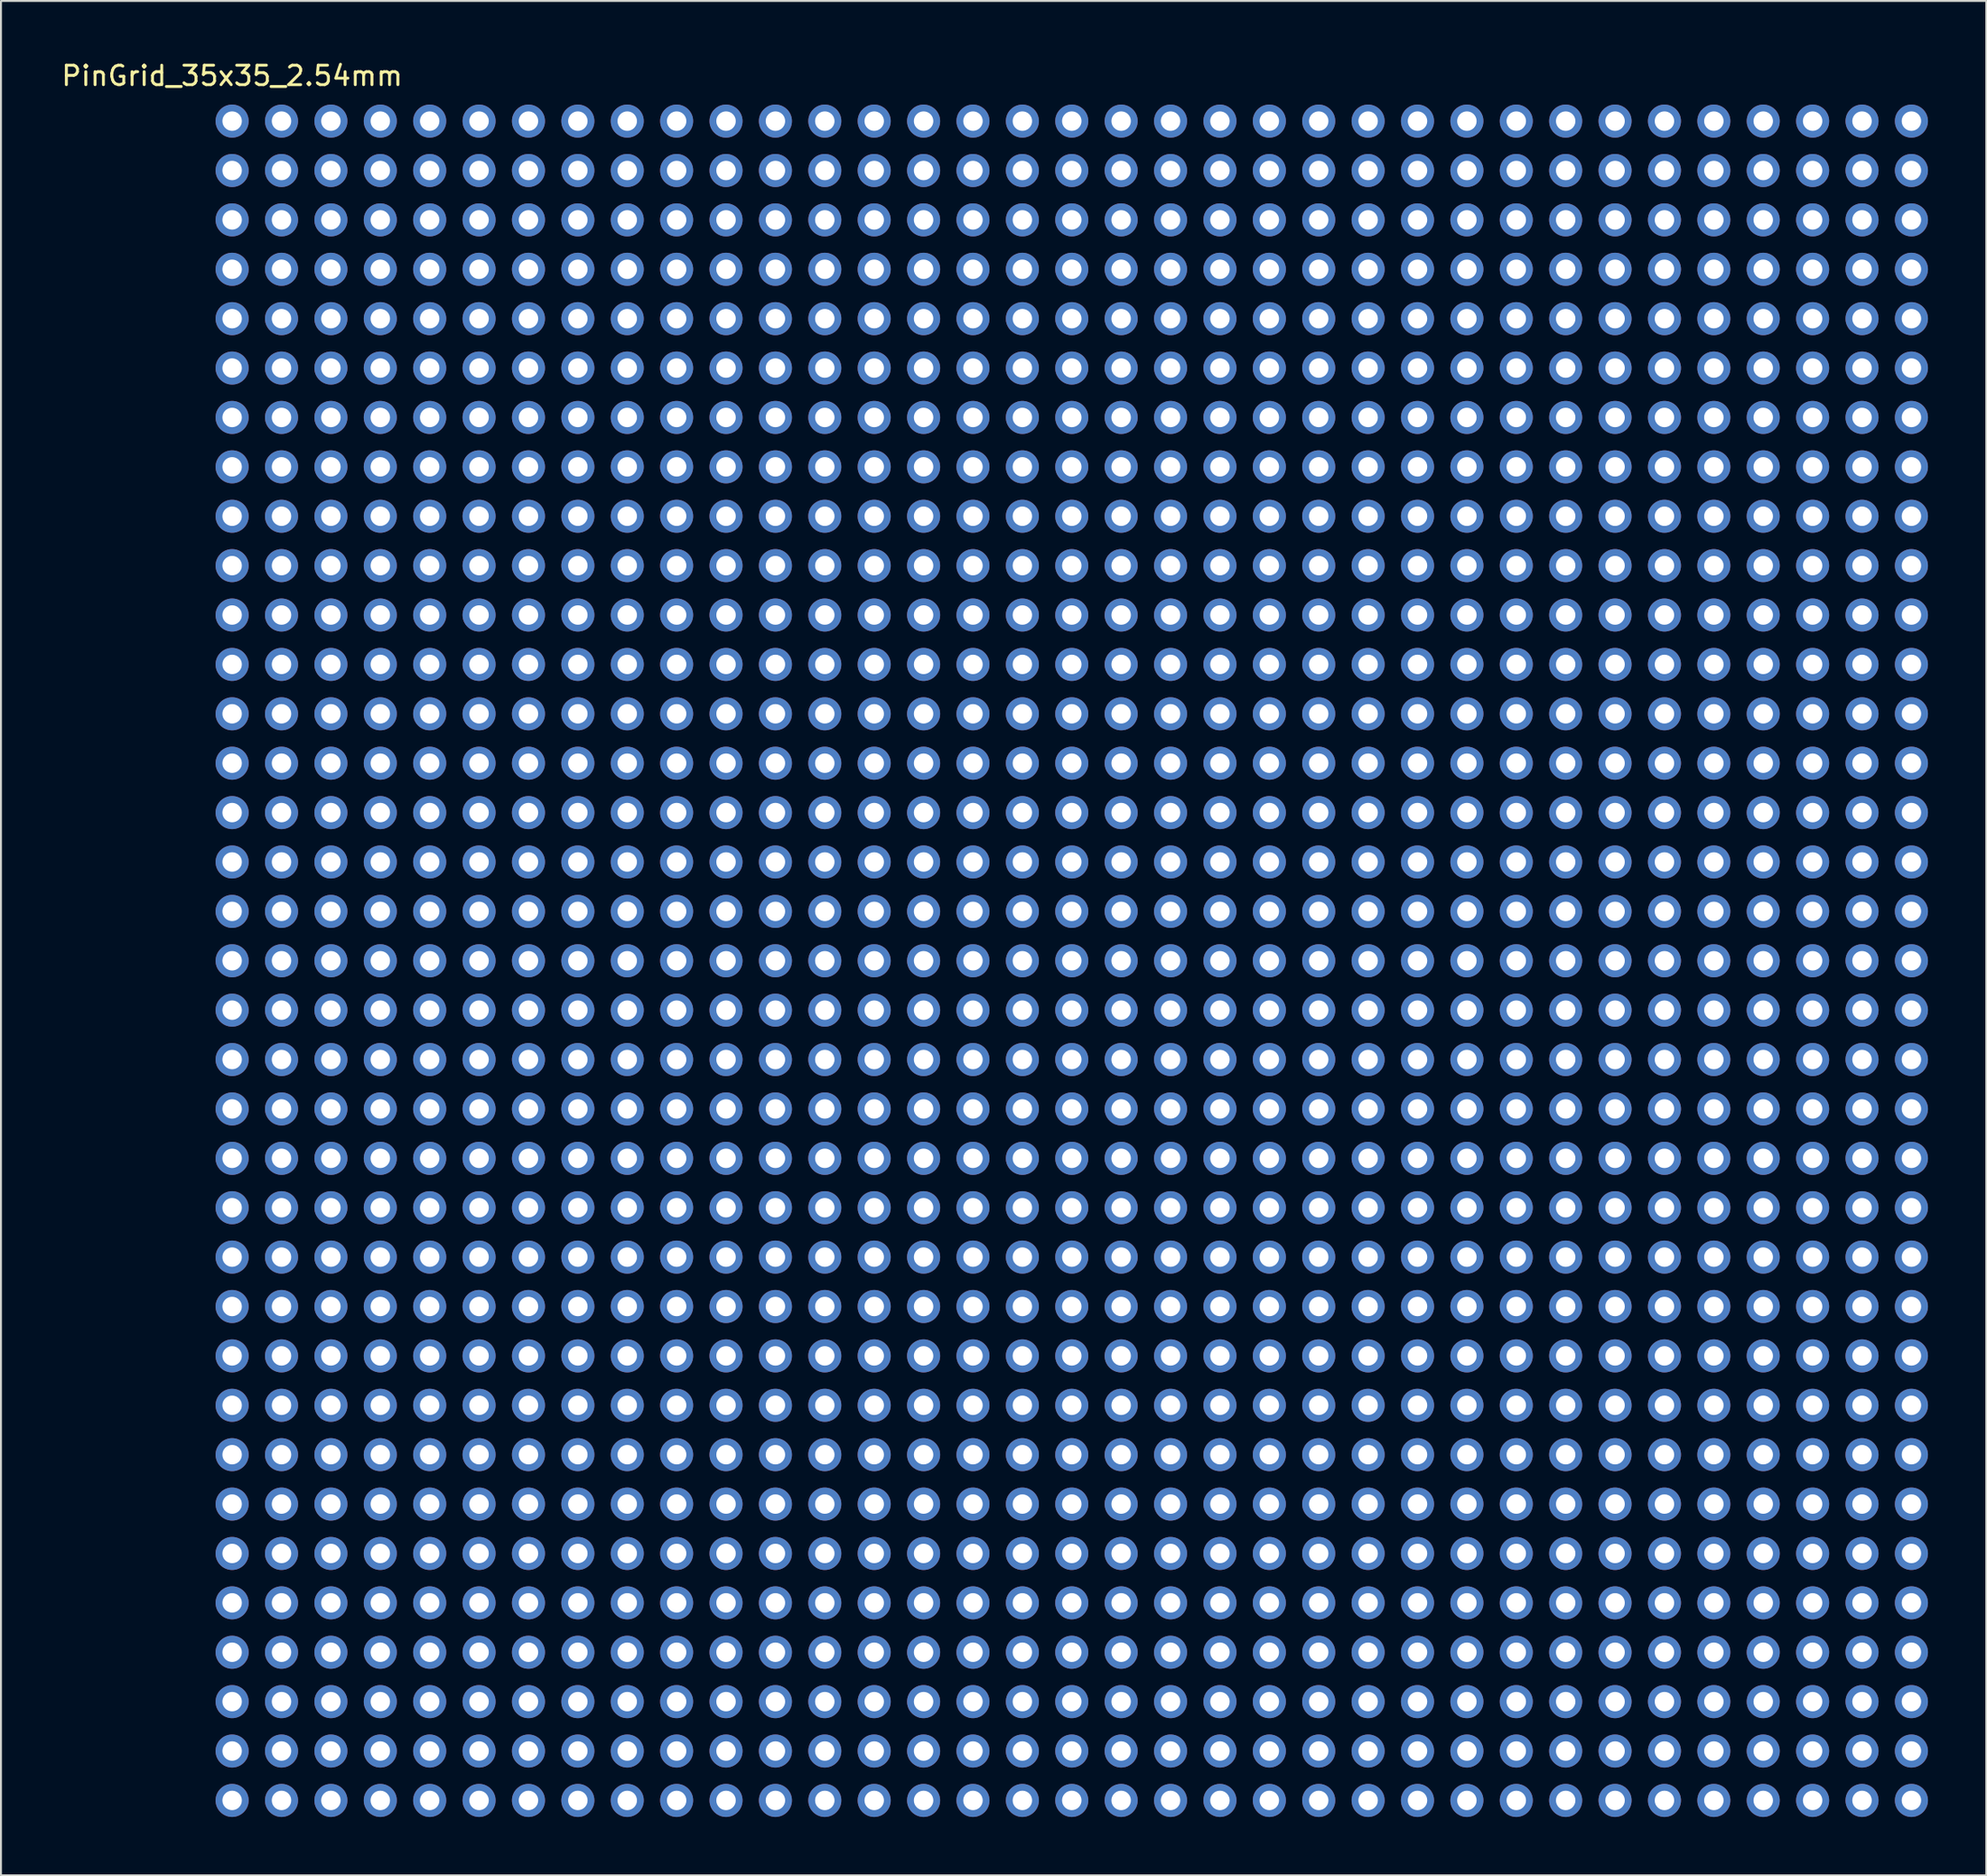
<source format=kicad_pcb>
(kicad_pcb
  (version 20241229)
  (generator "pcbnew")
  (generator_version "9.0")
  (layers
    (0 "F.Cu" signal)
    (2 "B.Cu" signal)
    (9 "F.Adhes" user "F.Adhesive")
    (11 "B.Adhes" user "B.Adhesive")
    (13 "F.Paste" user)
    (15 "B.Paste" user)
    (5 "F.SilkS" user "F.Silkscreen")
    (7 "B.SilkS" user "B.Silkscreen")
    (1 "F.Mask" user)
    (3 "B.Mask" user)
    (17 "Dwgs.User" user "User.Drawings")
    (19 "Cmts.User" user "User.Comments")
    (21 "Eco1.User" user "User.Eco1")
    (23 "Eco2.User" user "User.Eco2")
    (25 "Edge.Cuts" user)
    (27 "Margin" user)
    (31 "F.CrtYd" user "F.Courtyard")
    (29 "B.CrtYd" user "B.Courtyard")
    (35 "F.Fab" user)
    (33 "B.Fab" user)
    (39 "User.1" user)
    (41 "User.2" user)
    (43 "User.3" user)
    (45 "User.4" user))
  (footprint "PinGrid_35x35_2.54mm"
    (layer "F.Cu")
    (at 8.887 3.178)
    (property "Reference" "PinGrid_35x35_2.54mm" (at 0 -2.33 0) (layer "F.SilkS") (effects (font (size 1 1) (thickness 0.15))))
    (attr through_hole)
    (pad "1" thru_hole circle (at 0 0) (size 1.7 1.7) (drill 1) (layers "*.Cu" "*.Mask"))
    (pad "2" thru_hole circle (at 2.54 0) (size 1.7 1.7) (drill 1) (layers "*.Cu" "*.Mask"))
    (pad "3" thru_hole circle (at 5.08 0) (size 1.7 1.7) (drill 1) (layers "*.Cu" "*.Mask"))
    (pad "4" thru_hole circle (at 7.62 0) (size 1.7 1.7) (drill 1) (layers "*.Cu" "*.Mask"))
    (pad "5" thru_hole circle (at 10.16 0) (size 1.7 1.7) (drill 1) (layers "*.Cu" "*.Mask"))
    (pad "6" thru_hole circle (at 12.7 0) (size 1.7 1.7) (drill 1) (layers "*.Cu" "*.Mask"))
    (pad "7" thru_hole circle (at 15.24 0) (size 1.7 1.7) (drill 1) (layers "*.Cu" "*.Mask"))
    (pad "8" thru_hole circle (at 17.78 0) (size 1.7 1.7) (drill 1) (layers "*.Cu" "*.Mask"))
    (pad "9" thru_hole circle (at 20.32 0) (size 1.7 1.7) (drill 1) (layers "*.Cu" "*.Mask"))
    (pad "10" thru_hole circle (at 22.86 0) (size 1.7 1.7) (drill 1) (layers "*.Cu" "*.Mask"))
    (pad "11" thru_hole circle (at 25.4 0) (size 1.7 1.7) (drill 1) (layers "*.Cu" "*.Mask"))
    (pad "12" thru_hole circle (at 27.94 0) (size 1.7 1.7) (drill 1) (layers "*.Cu" "*.Mask"))
    (pad "13" thru_hole circle (at 30.48 0) (size 1.7 1.7) (drill 1) (layers "*.Cu" "*.Mask"))
    (pad "14" thru_hole circle (at 33.02 0) (size 1.7 1.7) (drill 1) (layers "*.Cu" "*.Mask"))
    (pad "15" thru_hole circle (at 35.56 0) (size 1.7 1.7) (drill 1) (layers "*.Cu" "*.Mask"))
    (pad "16" thru_hole circle (at 38.1 0) (size 1.7 1.7) (drill 1) (layers "*.Cu" "*.Mask"))
    (pad "17" thru_hole circle (at 40.64 0) (size 1.7 1.7) (drill 1) (layers "*.Cu" "*.Mask"))
    (pad "18" thru_hole circle (at 43.18 0) (size 1.7 1.7) (drill 1) (layers "*.Cu" "*.Mask"))
    (pad "19" thru_hole circle (at 45.72 0) (size 1.7 1.7) (drill 1) (layers "*.Cu" "*.Mask"))
    (pad "20" thru_hole circle (at 48.26 0) (size 1.7 1.7) (drill 1) (layers "*.Cu" "*.Mask"))
    (pad "21" thru_hole circle (at 50.8 0) (size 1.7 1.7) (drill 1) (layers "*.Cu" "*.Mask"))
    (pad "22" thru_hole circle (at 53.34 0) (size 1.7 1.7) (drill 1) (layers "*.Cu" "*.Mask"))
    (pad "23" thru_hole circle (at 55.88 0) (size 1.7 1.7) (drill 1) (layers "*.Cu" "*.Mask"))
    (pad "24" thru_hole circle (at 58.42 0) (size 1.7 1.7) (drill 1) (layers "*.Cu" "*.Mask"))
    (pad "25" thru_hole circle (at 60.96 0) (size 1.7 1.7) (drill 1) (layers "*.Cu" "*.Mask"))
    (pad "26" thru_hole circle (at 63.5 0) (size 1.7 1.7) (drill 1) (layers "*.Cu" "*.Mask"))
    (pad "27" thru_hole circle (at 66.04 0) (size 1.7 1.7) (drill 1) (layers "*.Cu" "*.Mask"))
    (pad "28" thru_hole circle (at 68.58 0) (size 1.7 1.7) (drill 1) (layers "*.Cu" "*.Mask"))
    (pad "29" thru_hole circle (at 71.12 0) (size 1.7 1.7) (drill 1) (layers "*.Cu" "*.Mask"))
    (pad "30" thru_hole circle (at 73.66 0) (size 1.7 1.7) (drill 1) (layers "*.Cu" "*.Mask"))
    (pad "31" thru_hole circle (at 76.2 0) (size 1.7 1.7) (drill 1) (layers "*.Cu" "*.Mask"))
    (pad "32" thru_hole circle (at 78.74 0) (size 1.7 1.7) (drill 1) (layers "*.Cu" "*.Mask"))
    (pad "33" thru_hole circle (at 81.28 0) (size 1.7 1.7) (drill 1) (layers "*.Cu" "*.Mask"))
    (pad "34" thru_hole circle (at 83.82 0) (size 1.7 1.7) (drill 1) (layers "*.Cu" "*.Mask"))
    (pad "35" thru_hole circle (at 86.36 0) (size 1.7 1.7) (drill 1) (layers "*.Cu" "*.Mask"))
    (pad "36" thru_hole circle (at 0 2.54) (size 1.7 1.7) (drill 1) (layers "*.Cu" "*.Mask"))
    (pad "37" thru_hole circle (at 2.54 2.54) (size 1.7 1.7) (drill 1) (layers "*.Cu" "*.Mask"))
    (pad "38" thru_hole circle (at 5.08 2.54) (size 1.7 1.7) (drill 1) (layers "*.Cu" "*.Mask"))
    (pad "39" thru_hole circle (at 7.62 2.54) (size 1.7 1.7) (drill 1) (layers "*.Cu" "*.Mask"))
    (pad "40" thru_hole circle (at 10.16 2.54) (size 1.7 1.7) (drill 1) (layers "*.Cu" "*.Mask"))
    (pad "41" thru_hole circle (at 12.7 2.54) (size 1.7 1.7) (drill 1) (layers "*.Cu" "*.Mask"))
    (pad "42" thru_hole circle (at 15.24 2.54) (size 1.7 1.7) (drill 1) (layers "*.Cu" "*.Mask"))
    (pad "43" thru_hole circle (at 17.78 2.54) (size 1.7 1.7) (drill 1) (layers "*.Cu" "*.Mask"))
    (pad "44" thru_hole circle (at 20.32 2.54) (size 1.7 1.7) (drill 1) (layers "*.Cu" "*.Mask"))
    (pad "45" thru_hole circle (at 22.86 2.54) (size 1.7 1.7) (drill 1) (layers "*.Cu" "*.Mask"))
    (pad "46" thru_hole circle (at 25.4 2.54) (size 1.7 1.7) (drill 1) (layers "*.Cu" "*.Mask"))
    (pad "47" thru_hole circle (at 27.94 2.54) (size 1.7 1.7) (drill 1) (layers "*.Cu" "*.Mask"))
    (pad "48" thru_hole circle (at 30.48 2.54) (size 1.7 1.7) (drill 1) (layers "*.Cu" "*.Mask"))
    (pad "49" thru_hole circle (at 33.02 2.54) (size 1.7 1.7) (drill 1) (layers "*.Cu" "*.Mask"))
    (pad "50" thru_hole circle (at 35.56 2.54) (size 1.7 1.7) (drill 1) (layers "*.Cu" "*.Mask"))
    (pad "51" thru_hole circle (at 38.1 2.54) (size 1.7 1.7) (drill 1) (layers "*.Cu" "*.Mask"))
    (pad "52" thru_hole circle (at 40.64 2.54) (size 1.7 1.7) (drill 1) (layers "*.Cu" "*.Mask"))
    (pad "53" thru_hole circle (at 43.18 2.54) (size 1.7 1.7) (drill 1) (layers "*.Cu" "*.Mask"))
    (pad "54" thru_hole circle (at 45.72 2.54) (size 1.7 1.7) (drill 1) (layers "*.Cu" "*.Mask"))
    (pad "55" thru_hole circle (at 48.26 2.54) (size 1.7 1.7) (drill 1) (layers "*.Cu" "*.Mask"))
    (pad "56" thru_hole circle (at 50.8 2.54) (size 1.7 1.7) (drill 1) (layers "*.Cu" "*.Mask"))
    (pad "57" thru_hole circle (at 53.34 2.54) (size 1.7 1.7) (drill 1) (layers "*.Cu" "*.Mask"))
    (pad "58" thru_hole circle (at 55.88 2.54) (size 1.7 1.7) (drill 1) (layers "*.Cu" "*.Mask"))
    (pad "59" thru_hole circle (at 58.42 2.54) (size 1.7 1.7) (drill 1) (layers "*.Cu" "*.Mask"))
    (pad "60" thru_hole circle (at 60.96 2.54) (size 1.7 1.7) (drill 1) (layers "*.Cu" "*.Mask"))
    (pad "61" thru_hole circle (at 63.5 2.54) (size 1.7 1.7) (drill 1) (layers "*.Cu" "*.Mask"))
    (pad "62" thru_hole circle (at 66.04 2.54) (size 1.7 1.7) (drill 1) (layers "*.Cu" "*.Mask"))
    (pad "63" thru_hole circle (at 68.58 2.54) (size 1.7 1.7) (drill 1) (layers "*.Cu" "*.Mask"))
    (pad "64" thru_hole circle (at 71.12 2.54) (size 1.7 1.7) (drill 1) (layers "*.Cu" "*.Mask"))
    (pad "65" thru_hole circle (at 73.66 2.54) (size 1.7 1.7) (drill 1) (layers "*.Cu" "*.Mask"))
    (pad "66" thru_hole circle (at 76.2 2.54) (size 1.7 1.7) (drill 1) (layers "*.Cu" "*.Mask"))
    (pad "67" thru_hole circle (at 78.74 2.54) (size 1.7 1.7) (drill 1) (layers "*.Cu" "*.Mask"))
    (pad "68" thru_hole circle (at 81.28 2.54) (size 1.7 1.7) (drill 1) (layers "*.Cu" "*.Mask"))
    (pad "69" thru_hole circle (at 83.82 2.54) (size 1.7 1.7) (drill 1) (layers "*.Cu" "*.Mask"))
    (pad "70" thru_hole circle (at 86.36 2.54) (size 1.7 1.7) (drill 1) (layers "*.Cu" "*.Mask"))
    (pad "71" thru_hole circle (at 0 5.08) (size 1.7 1.7) (drill 1) (layers "*.Cu" "*.Mask"))
    (pad "72" thru_hole circle (at 2.54 5.08) (size 1.7 1.7) (drill 1) (layers "*.Cu" "*.Mask"))
    (pad "73" thru_hole circle (at 5.08 5.08) (size 1.7 1.7) (drill 1) (layers "*.Cu" "*.Mask"))
    (pad "74" thru_hole circle (at 7.62 5.08) (size 1.7 1.7) (drill 1) (layers "*.Cu" "*.Mask"))
    (pad "75" thru_hole circle (at 10.16 5.08) (size 1.7 1.7) (drill 1) (layers "*.Cu" "*.Mask"))
    (pad "76" thru_hole circle (at 12.7 5.08) (size 1.7 1.7) (drill 1) (layers "*.Cu" "*.Mask"))
    (pad "77" thru_hole circle (at 15.24 5.08) (size 1.7 1.7) (drill 1) (layers "*.Cu" "*.Mask"))
    (pad "78" thru_hole circle (at 17.78 5.08) (size 1.7 1.7) (drill 1) (layers "*.Cu" "*.Mask"))
    (pad "79" thru_hole circle (at 20.32 5.08) (size 1.7 1.7) (drill 1) (layers "*.Cu" "*.Mask"))
    (pad "80" thru_hole circle (at 22.86 5.08) (size 1.7 1.7) (drill 1) (layers "*.Cu" "*.Mask"))
    (pad "81" thru_hole circle (at 25.4 5.08) (size 1.7 1.7) (drill 1) (layers "*.Cu" "*.Mask"))
    (pad "82" thru_hole circle (at 27.94 5.08) (size 1.7 1.7) (drill 1) (layers "*.Cu" "*.Mask"))
    (pad "83" thru_hole circle (at 30.48 5.08) (size 1.7 1.7) (drill 1) (layers "*.Cu" "*.Mask"))
    (pad "84" thru_hole circle (at 33.02 5.08) (size 1.7 1.7) (drill 1) (layers "*.Cu" "*.Mask"))
    (pad "85" thru_hole circle (at 35.56 5.08) (size 1.7 1.7) (drill 1) (layers "*.Cu" "*.Mask"))
    (pad "86" thru_hole circle (at 38.1 5.08) (size 1.7 1.7) (drill 1) (layers "*.Cu" "*.Mask"))
    (pad "87" thru_hole circle (at 40.64 5.08) (size 1.7 1.7) (drill 1) (layers "*.Cu" "*.Mask"))
    (pad "88" thru_hole circle (at 43.18 5.08) (size 1.7 1.7) (drill 1) (layers "*.Cu" "*.Mask"))
    (pad "89" thru_hole circle (at 45.72 5.08) (size 1.7 1.7) (drill 1) (layers "*.Cu" "*.Mask"))
    (pad "90" thru_hole circle (at 48.26 5.08) (size 1.7 1.7) (drill 1) (layers "*.Cu" "*.Mask"))
    (pad "91" thru_hole circle (at 50.8 5.08) (size 1.7 1.7) (drill 1) (layers "*.Cu" "*.Mask"))
    (pad "92" thru_hole circle (at 53.34 5.08) (size 1.7 1.7) (drill 1) (layers "*.Cu" "*.Mask"))
    (pad "93" thru_hole circle (at 55.88 5.08) (size 1.7 1.7) (drill 1) (layers "*.Cu" "*.Mask"))
    (pad "94" thru_hole circle (at 58.42 5.08) (size 1.7 1.7) (drill 1) (layers "*.Cu" "*.Mask"))
    (pad "95" thru_hole circle (at 60.96 5.08) (size 1.7 1.7) (drill 1) (layers "*.Cu" "*.Mask"))
    (pad "96" thru_hole circle (at 63.5 5.08) (size 1.7 1.7) (drill 1) (layers "*.Cu" "*.Mask"))
    (pad "97" thru_hole circle (at 66.04 5.08) (size 1.7 1.7) (drill 1) (layers "*.Cu" "*.Mask"))
    (pad "98" thru_hole circle (at 68.58 5.08) (size 1.7 1.7) (drill 1) (layers "*.Cu" "*.Mask"))
    (pad "99" thru_hole circle (at 71.12 5.08) (size 1.7 1.7) (drill 1) (layers "*.Cu" "*.Mask"))
    (pad "100" thru_hole circle (at 73.66 5.08) (size 1.7 1.7) (drill 1) (layers "*.Cu" "*.Mask"))
    (pad "101" thru_hole circle (at 76.2 5.08) (size 1.7 1.7) (drill 1) (layers "*.Cu" "*.Mask"))
    (pad "102" thru_hole circle (at 78.74 5.08) (size 1.7 1.7) (drill 1) (layers "*.Cu" "*.Mask"))
    (pad "103" thru_hole circle (at 81.28 5.08) (size 1.7 1.7) (drill 1) (layers "*.Cu" "*.Mask"))
    (pad "104" thru_hole circle (at 83.82 5.08) (size 1.7 1.7) (drill 1) (layers "*.Cu" "*.Mask"))
    (pad "105" thru_hole circle (at 86.36 5.08) (size 1.7 1.7) (drill 1) (layers "*.Cu" "*.Mask"))
    (pad "106" thru_hole circle (at 0 7.62) (size 1.7 1.7) (drill 1) (layers "*.Cu" "*.Mask"))
    (pad "107" thru_hole circle (at 2.54 7.62) (size 1.7 1.7) (drill 1) (layers "*.Cu" "*.Mask"))
    (pad "108" thru_hole circle (at 5.08 7.62) (size 1.7 1.7) (drill 1) (layers "*.Cu" "*.Mask"))
    (pad "109" thru_hole circle (at 7.62 7.62) (size 1.7 1.7) (drill 1) (layers "*.Cu" "*.Mask"))
    (pad "110" thru_hole circle (at 10.16 7.62) (size 1.7 1.7) (drill 1) (layers "*.Cu" "*.Mask"))
    (pad "111" thru_hole circle (at 12.7 7.62) (size 1.7 1.7) (drill 1) (layers "*.Cu" "*.Mask"))
    (pad "112" thru_hole circle (at 15.24 7.62) (size 1.7 1.7) (drill 1) (layers "*.Cu" "*.Mask"))
    (pad "113" thru_hole circle (at 17.78 7.62) (size 1.7 1.7) (drill 1) (layers "*.Cu" "*.Mask"))
    (pad "114" thru_hole circle (at 20.32 7.62) (size 1.7 1.7) (drill 1) (layers "*.Cu" "*.Mask"))
    (pad "115" thru_hole circle (at 22.86 7.62) (size 1.7 1.7) (drill 1) (layers "*.Cu" "*.Mask"))
    (pad "116" thru_hole circle (at 25.4 7.62) (size 1.7 1.7) (drill 1) (layers "*.Cu" "*.Mask"))
    (pad "117" thru_hole circle (at 27.94 7.62) (size 1.7 1.7) (drill 1) (layers "*.Cu" "*.Mask"))
    (pad "118" thru_hole circle (at 30.48 7.62) (size 1.7 1.7) (drill 1) (layers "*.Cu" "*.Mask"))
    (pad "119" thru_hole circle (at 33.02 7.62) (size 1.7 1.7) (drill 1) (layers "*.Cu" "*.Mask"))
    (pad "120" thru_hole circle (at 35.56 7.62) (size 1.7 1.7) (drill 1) (layers "*.Cu" "*.Mask"))
    (pad "121" thru_hole circle (at 38.1 7.62) (size 1.7 1.7) (drill 1) (layers "*.Cu" "*.Mask"))
    (pad "122" thru_hole circle (at 40.64 7.62) (size 1.7 1.7) (drill 1) (layers "*.Cu" "*.Mask"))
    (pad "123" thru_hole circle (at 43.18 7.62) (size 1.7 1.7) (drill 1) (layers "*.Cu" "*.Mask"))
    (pad "124" thru_hole circle (at 45.72 7.62) (size 1.7 1.7) (drill 1) (layers "*.Cu" "*.Mask"))
    (pad "125" thru_hole circle (at 48.26 7.62) (size 1.7 1.7) (drill 1) (layers "*.Cu" "*.Mask"))
    (pad "126" thru_hole circle (at 50.8 7.62) (size 1.7 1.7) (drill 1) (layers "*.Cu" "*.Mask"))
    (pad "127" thru_hole circle (at 53.34 7.62) (size 1.7 1.7) (drill 1) (layers "*.Cu" "*.Mask"))
    (pad "128" thru_hole circle (at 55.88 7.62) (size 1.7 1.7) (drill 1) (layers "*.Cu" "*.Mask"))
    (pad "129" thru_hole circle (at 58.42 7.62) (size 1.7 1.7) (drill 1) (layers "*.Cu" "*.Mask"))
    (pad "130" thru_hole circle (at 60.96 7.62) (size 1.7 1.7) (drill 1) (layers "*.Cu" "*.Mask"))
    (pad "131" thru_hole circle (at 63.5 7.62) (size 1.7 1.7) (drill 1) (layers "*.Cu" "*.Mask"))
    (pad "132" thru_hole circle (at 66.04 7.62) (size 1.7 1.7) (drill 1) (layers "*.Cu" "*.Mask"))
    (pad "133" thru_hole circle (at 68.58 7.62) (size 1.7 1.7) (drill 1) (layers "*.Cu" "*.Mask"))
    (pad "134" thru_hole circle (at 71.12 7.62) (size 1.7 1.7) (drill 1) (layers "*.Cu" "*.Mask"))
    (pad "135" thru_hole circle (at 73.66 7.62) (size 1.7 1.7) (drill 1) (layers "*.Cu" "*.Mask"))
    (pad "136" thru_hole circle (at 76.2 7.62) (size 1.7 1.7) (drill 1) (layers "*.Cu" "*.Mask"))
    (pad "137" thru_hole circle (at 78.74 7.62) (size 1.7 1.7) (drill 1) (layers "*.Cu" "*.Mask"))
    (pad "138" thru_hole circle (at 81.28 7.62) (size 1.7 1.7) (drill 1) (layers "*.Cu" "*.Mask"))
    (pad "139" thru_hole circle (at 83.82 7.62) (size 1.7 1.7) (drill 1) (layers "*.Cu" "*.Mask"))
    (pad "140" thru_hole circle (at 86.36 7.62) (size 1.7 1.7) (drill 1) (layers "*.Cu" "*.Mask"))
    (pad "141" thru_hole circle (at 0 10.16) (size 1.7 1.7) (drill 1) (layers "*.Cu" "*.Mask"))
    (pad "142" thru_hole circle (at 2.54 10.16) (size 1.7 1.7) (drill 1) (layers "*.Cu" "*.Mask"))
    (pad "143" thru_hole circle (at 5.08 10.16) (size 1.7 1.7) (drill 1) (layers "*.Cu" "*.Mask"))
    (pad "144" thru_hole circle (at 7.62 10.16) (size 1.7 1.7) (drill 1) (layers "*.Cu" "*.Mask"))
    (pad "145" thru_hole circle (at 10.16 10.16) (size 1.7 1.7) (drill 1) (layers "*.Cu" "*.Mask"))
    (pad "146" thru_hole circle (at 12.7 10.16) (size 1.7 1.7) (drill 1) (layers "*.Cu" "*.Mask"))
    (pad "147" thru_hole circle (at 15.24 10.16) (size 1.7 1.7) (drill 1) (layers "*.Cu" "*.Mask"))
    (pad "148" thru_hole circle (at 17.78 10.16) (size 1.7 1.7) (drill 1) (layers "*.Cu" "*.Mask"))
    (pad "149" thru_hole circle (at 20.32 10.16) (size 1.7 1.7) (drill 1) (layers "*.Cu" "*.Mask"))
    (pad "150" thru_hole circle (at 22.86 10.16) (size 1.7 1.7) (drill 1) (layers "*.Cu" "*.Mask"))
    (pad "151" thru_hole circle (at 25.4 10.16) (size 1.7 1.7) (drill 1) (layers "*.Cu" "*.Mask"))
    (pad "152" thru_hole circle (at 27.94 10.16) (size 1.7 1.7) (drill 1) (layers "*.Cu" "*.Mask"))
    (pad "153" thru_hole circle (at 30.48 10.16) (size 1.7 1.7) (drill 1) (layers "*.Cu" "*.Mask"))
    (pad "154" thru_hole circle (at 33.02 10.16) (size 1.7 1.7) (drill 1) (layers "*.Cu" "*.Mask"))
    (pad "155" thru_hole circle (at 35.56 10.16) (size 1.7 1.7) (drill 1) (layers "*.Cu" "*.Mask"))
    (pad "156" thru_hole circle (at 38.1 10.16) (size 1.7 1.7) (drill 1) (layers "*.Cu" "*.Mask"))
    (pad "157" thru_hole circle (at 40.64 10.16) (size 1.7 1.7) (drill 1) (layers "*.Cu" "*.Mask"))
    (pad "158" thru_hole circle (at 43.18 10.16) (size 1.7 1.7) (drill 1) (layers "*.Cu" "*.Mask"))
    (pad "159" thru_hole circle (at 45.72 10.16) (size 1.7 1.7) (drill 1) (layers "*.Cu" "*.Mask"))
    (pad "160" thru_hole circle (at 48.26 10.16) (size 1.7 1.7) (drill 1) (layers "*.Cu" "*.Mask"))
    (pad "161" thru_hole circle (at 50.8 10.16) (size 1.7 1.7) (drill 1) (layers "*.Cu" "*.Mask"))
    (pad "162" thru_hole circle (at 53.34 10.16) (size 1.7 1.7) (drill 1) (layers "*.Cu" "*.Mask"))
    (pad "163" thru_hole circle (at 55.88 10.16) (size 1.7 1.7) (drill 1) (layers "*.Cu" "*.Mask"))
    (pad "164" thru_hole circle (at 58.42 10.16) (size 1.7 1.7) (drill 1) (layers "*.Cu" "*.Mask"))
    (pad "165" thru_hole circle (at 60.96 10.16) (size 1.7 1.7) (drill 1) (layers "*.Cu" "*.Mask"))
    (pad "166" thru_hole circle (at 63.5 10.16) (size 1.7 1.7) (drill 1) (layers "*.Cu" "*.Mask"))
    (pad "167" thru_hole circle (at 66.04 10.16) (size 1.7 1.7) (drill 1) (layers "*.Cu" "*.Mask"))
    (pad "168" thru_hole circle (at 68.58 10.16) (size 1.7 1.7) (drill 1) (layers "*.Cu" "*.Mask"))
    (pad "169" thru_hole circle (at 71.12 10.16) (size 1.7 1.7) (drill 1) (layers "*.Cu" "*.Mask"))
    (pad "170" thru_hole circle (at 73.66 10.16) (size 1.7 1.7) (drill 1) (layers "*.Cu" "*.Mask"))
    (pad "171" thru_hole circle (at 76.2 10.16) (size 1.7 1.7) (drill 1) (layers "*.Cu" "*.Mask"))
    (pad "172" thru_hole circle (at 78.74 10.16) (size 1.7 1.7) (drill 1) (layers "*.Cu" "*.Mask"))
    (pad "173" thru_hole circle (at 81.28 10.16) (size 1.7 1.7) (drill 1) (layers "*.Cu" "*.Mask"))
    (pad "174" thru_hole circle (at 83.82 10.16) (size 1.7 1.7) (drill 1) (layers "*.Cu" "*.Mask"))
    (pad "175" thru_hole circle (at 86.36 10.16) (size 1.7 1.7) (drill 1) (layers "*.Cu" "*.Mask"))
    (pad "176" thru_hole circle (at 0 12.7) (size 1.7 1.7) (drill 1) (layers "*.Cu" "*.Mask"))
    (pad "177" thru_hole circle (at 2.54 12.7) (size 1.7 1.7) (drill 1) (layers "*.Cu" "*.Mask"))
    (pad "178" thru_hole circle (at 5.08 12.7) (size 1.7 1.7) (drill 1) (layers "*.Cu" "*.Mask"))
    (pad "179" thru_hole circle (at 7.62 12.7) (size 1.7 1.7) (drill 1) (layers "*.Cu" "*.Mask"))
    (pad "180" thru_hole circle (at 10.16 12.7) (size 1.7 1.7) (drill 1) (layers "*.Cu" "*.Mask"))
    (pad "181" thru_hole circle (at 12.7 12.7) (size 1.7 1.7) (drill 1) (layers "*.Cu" "*.Mask"))
    (pad "182" thru_hole circle (at 15.24 12.7) (size 1.7 1.7) (drill 1) (layers "*.Cu" "*.Mask"))
    (pad "183" thru_hole circle (at 17.78 12.7) (size 1.7 1.7) (drill 1) (layers "*.Cu" "*.Mask"))
    (pad "184" thru_hole circle (at 20.32 12.7) (size 1.7 1.7) (drill 1) (layers "*.Cu" "*.Mask"))
    (pad "185" thru_hole circle (at 22.86 12.7) (size 1.7 1.7) (drill 1) (layers "*.Cu" "*.Mask"))
    (pad "186" thru_hole circle (at 25.4 12.7) (size 1.7 1.7) (drill 1) (layers "*.Cu" "*.Mask"))
    (pad "187" thru_hole circle (at 27.94 12.7) (size 1.7 1.7) (drill 1) (layers "*.Cu" "*.Mask"))
    (pad "188" thru_hole circle (at 30.48 12.7) (size 1.7 1.7) (drill 1) (layers "*.Cu" "*.Mask"))
    (pad "189" thru_hole circle (at 33.02 12.7) (size 1.7 1.7) (drill 1) (layers "*.Cu" "*.Mask"))
    (pad "190" thru_hole circle (at 35.56 12.7) (size 1.7 1.7) (drill 1) (layers "*.Cu" "*.Mask"))
    (pad "191" thru_hole circle (at 38.1 12.7) (size 1.7 1.7) (drill 1) (layers "*.Cu" "*.Mask"))
    (pad "192" thru_hole circle (at 40.64 12.7) (size 1.7 1.7) (drill 1) (layers "*.Cu" "*.Mask"))
    (pad "193" thru_hole circle (at 43.18 12.7) (size 1.7 1.7) (drill 1) (layers "*.Cu" "*.Mask"))
    (pad "194" thru_hole circle (at 45.72 12.7) (size 1.7 1.7) (drill 1) (layers "*.Cu" "*.Mask"))
    (pad "195" thru_hole circle (at 48.26 12.7) (size 1.7 1.7) (drill 1) (layers "*.Cu" "*.Mask"))
    (pad "196" thru_hole circle (at 50.8 12.7) (size 1.7 1.7) (drill 1) (layers "*.Cu" "*.Mask"))
    (pad "197" thru_hole circle (at 53.34 12.7) (size 1.7 1.7) (drill 1) (layers "*.Cu" "*.Mask"))
    (pad "198" thru_hole circle (at 55.88 12.7) (size 1.7 1.7) (drill 1) (layers "*.Cu" "*.Mask"))
    (pad "199" thru_hole circle (at 58.42 12.7) (size 1.7 1.7) (drill 1) (layers "*.Cu" "*.Mask"))
    (pad "200" thru_hole circle (at 60.96 12.7) (size 1.7 1.7) (drill 1) (layers "*.Cu" "*.Mask"))
    (pad "201" thru_hole circle (at 63.5 12.7) (size 1.7 1.7) (drill 1) (layers "*.Cu" "*.Mask"))
    (pad "202" thru_hole circle (at 66.04 12.7) (size 1.7 1.7) (drill 1) (layers "*.Cu" "*.Mask"))
    (pad "203" thru_hole circle (at 68.58 12.7) (size 1.7 1.7) (drill 1) (layers "*.Cu" "*.Mask"))
    (pad "204" thru_hole circle (at 71.12 12.7) (size 1.7 1.7) (drill 1) (layers "*.Cu" "*.Mask"))
    (pad "205" thru_hole circle (at 73.66 12.7) (size 1.7 1.7) (drill 1) (layers "*.Cu" "*.Mask"))
    (pad "206" thru_hole circle (at 76.2 12.7) (size 1.7 1.7) (drill 1) (layers "*.Cu" "*.Mask"))
    (pad "207" thru_hole circle (at 78.74 12.7) (size 1.7 1.7) (drill 1) (layers "*.Cu" "*.Mask"))
    (pad "208" thru_hole circle (at 81.28 12.7) (size 1.7 1.7) (drill 1) (layers "*.Cu" "*.Mask"))
    (pad "209" thru_hole circle (at 83.82 12.7) (size 1.7 1.7) (drill 1) (layers "*.Cu" "*.Mask"))
    (pad "210" thru_hole circle (at 86.36 12.7) (size 1.7 1.7) (drill 1) (layers "*.Cu" "*.Mask"))
    (pad "211" thru_hole circle (at 0 15.24) (size 1.7 1.7) (drill 1) (layers "*.Cu" "*.Mask"))
    (pad "212" thru_hole circle (at 2.54 15.24) (size 1.7 1.7) (drill 1) (layers "*.Cu" "*.Mask"))
    (pad "213" thru_hole circle (at 5.08 15.24) (size 1.7 1.7) (drill 1) (layers "*.Cu" "*.Mask"))
    (pad "214" thru_hole circle (at 7.62 15.24) (size 1.7 1.7) (drill 1) (layers "*.Cu" "*.Mask"))
    (pad "215" thru_hole circle (at 10.16 15.24) (size 1.7 1.7) (drill 1) (layers "*.Cu" "*.Mask"))
    (pad "216" thru_hole circle (at 12.7 15.24) (size 1.7 1.7) (drill 1) (layers "*.Cu" "*.Mask"))
    (pad "217" thru_hole circle (at 15.24 15.24) (size 1.7 1.7) (drill 1) (layers "*.Cu" "*.Mask"))
    (pad "218" thru_hole circle (at 17.78 15.24) (size 1.7 1.7) (drill 1) (layers "*.Cu" "*.Mask"))
    (pad "219" thru_hole circle (at 20.32 15.24) (size 1.7 1.7) (drill 1) (layers "*.Cu" "*.Mask"))
    (pad "220" thru_hole circle (at 22.86 15.24) (size 1.7 1.7) (drill 1) (layers "*.Cu" "*.Mask"))
    (pad "221" thru_hole circle (at 25.4 15.24) (size 1.7 1.7) (drill 1) (layers "*.Cu" "*.Mask"))
    (pad "222" thru_hole circle (at 27.94 15.24) (size 1.7 1.7) (drill 1) (layers "*.Cu" "*.Mask"))
    (pad "223" thru_hole circle (at 30.48 15.24) (size 1.7 1.7) (drill 1) (layers "*.Cu" "*.Mask"))
    (pad "224" thru_hole circle (at 33.02 15.24) (size 1.7 1.7) (drill 1) (layers "*.Cu" "*.Mask"))
    (pad "225" thru_hole circle (at 35.56 15.24) (size 1.7 1.7) (drill 1) (layers "*.Cu" "*.Mask"))
    (pad "226" thru_hole circle (at 38.1 15.24) (size 1.7 1.7) (drill 1) (layers "*.Cu" "*.Mask"))
    (pad "227" thru_hole circle (at 40.64 15.24) (size 1.7 1.7) (drill 1) (layers "*.Cu" "*.Mask"))
    (pad "228" thru_hole circle (at 43.18 15.24) (size 1.7 1.7) (drill 1) (layers "*.Cu" "*.Mask"))
    (pad "229" thru_hole circle (at 45.72 15.24) (size 1.7 1.7) (drill 1) (layers "*.Cu" "*.Mask"))
    (pad "230" thru_hole circle (at 48.26 15.24) (size 1.7 1.7) (drill 1) (layers "*.Cu" "*.Mask"))
    (pad "231" thru_hole circle (at 50.8 15.24) (size 1.7 1.7) (drill 1) (layers "*.Cu" "*.Mask"))
    (pad "232" thru_hole circle (at 53.34 15.24) (size 1.7 1.7) (drill 1) (layers "*.Cu" "*.Mask"))
    (pad "233" thru_hole circle (at 55.88 15.24) (size 1.7 1.7) (drill 1) (layers "*.Cu" "*.Mask"))
    (pad "234" thru_hole circle (at 58.42 15.24) (size 1.7 1.7) (drill 1) (layers "*.Cu" "*.Mask"))
    (pad "235" thru_hole circle (at 60.96 15.24) (size 1.7 1.7) (drill 1) (layers "*.Cu" "*.Mask"))
    (pad "236" thru_hole circle (at 63.5 15.24) (size 1.7 1.7) (drill 1) (layers "*.Cu" "*.Mask"))
    (pad "237" thru_hole circle (at 66.04 15.24) (size 1.7 1.7) (drill 1) (layers "*.Cu" "*.Mask"))
    (pad "238" thru_hole circle (at 68.58 15.24) (size 1.7 1.7) (drill 1) (layers "*.Cu" "*.Mask"))
    (pad "239" thru_hole circle (at 71.12 15.24) (size 1.7 1.7) (drill 1) (layers "*.Cu" "*.Mask"))
    (pad "240" thru_hole circle (at 73.66 15.24) (size 1.7 1.7) (drill 1) (layers "*.Cu" "*.Mask"))
    (pad "241" thru_hole circle (at 76.2 15.24) (size 1.7 1.7) (drill 1) (layers "*.Cu" "*.Mask"))
    (pad "242" thru_hole circle (at 78.74 15.24) (size 1.7 1.7) (drill 1) (layers "*.Cu" "*.Mask"))
    (pad "243" thru_hole circle (at 81.28 15.24) (size 1.7 1.7) (drill 1) (layers "*.Cu" "*.Mask"))
    (pad "244" thru_hole circle (at 83.82 15.24) (size 1.7 1.7) (drill 1) (layers "*.Cu" "*.Mask"))
    (pad "245" thru_hole circle (at 86.36 15.24) (size 1.7 1.7) (drill 1) (layers "*.Cu" "*.Mask"))
    (pad "246" thru_hole circle (at 0 17.78) (size 1.7 1.7) (drill 1) (layers "*.Cu" "*.Mask"))
    (pad "247" thru_hole circle (at 2.54 17.78) (size 1.7 1.7) (drill 1) (layers "*.Cu" "*.Mask"))
    (pad "248" thru_hole circle (at 5.08 17.78) (size 1.7 1.7) (drill 1) (layers "*.Cu" "*.Mask"))
    (pad "249" thru_hole circle (at 7.62 17.78) (size 1.7 1.7) (drill 1) (layers "*.Cu" "*.Mask"))
    (pad "250" thru_hole circle (at 10.16 17.78) (size 1.7 1.7) (drill 1) (layers "*.Cu" "*.Mask"))
    (pad "251" thru_hole circle (at 12.7 17.78) (size 1.7 1.7) (drill 1) (layers "*.Cu" "*.Mask"))
    (pad "252" thru_hole circle (at 15.24 17.78) (size 1.7 1.7) (drill 1) (layers "*.Cu" "*.Mask"))
    (pad "253" thru_hole circle (at 17.78 17.78) (size 1.7 1.7) (drill 1) (layers "*.Cu" "*.Mask"))
    (pad "254" thru_hole circle (at 20.32 17.78) (size 1.7 1.7) (drill 1) (layers "*.Cu" "*.Mask"))
    (pad "255" thru_hole circle (at 22.86 17.78) (size 1.7 1.7) (drill 1) (layers "*.Cu" "*.Mask"))
    (pad "256" thru_hole circle (at 25.4 17.78) (size 1.7 1.7) (drill 1) (layers "*.Cu" "*.Mask"))
    (pad "257" thru_hole circle (at 27.94 17.78) (size 1.7 1.7) (drill 1) (layers "*.Cu" "*.Mask"))
    (pad "258" thru_hole circle (at 30.48 17.78) (size 1.7 1.7) (drill 1) (layers "*.Cu" "*.Mask"))
    (pad "259" thru_hole circle (at 33.02 17.78) (size 1.7 1.7) (drill 1) (layers "*.Cu" "*.Mask"))
    (pad "260" thru_hole circle (at 35.56 17.78) (size 1.7 1.7) (drill 1) (layers "*.Cu" "*.Mask"))
    (pad "261" thru_hole circle (at 38.1 17.78) (size 1.7 1.7) (drill 1) (layers "*.Cu" "*.Mask"))
    (pad "262" thru_hole circle (at 40.64 17.78) (size 1.7 1.7) (drill 1) (layers "*.Cu" "*.Mask"))
    (pad "263" thru_hole circle (at 43.18 17.78) (size 1.7 1.7) (drill 1) (layers "*.Cu" "*.Mask"))
    (pad "264" thru_hole circle (at 45.72 17.78) (size 1.7 1.7) (drill 1) (layers "*.Cu" "*.Mask"))
    (pad "265" thru_hole circle (at 48.26 17.78) (size 1.7 1.7) (drill 1) (layers "*.Cu" "*.Mask"))
    (pad "266" thru_hole circle (at 50.8 17.78) (size 1.7 1.7) (drill 1) (layers "*.Cu" "*.Mask"))
    (pad "267" thru_hole circle (at 53.34 17.78) (size 1.7 1.7) (drill 1) (layers "*.Cu" "*.Mask"))
    (pad "268" thru_hole circle (at 55.88 17.78) (size 1.7 1.7) (drill 1) (layers "*.Cu" "*.Mask"))
    (pad "269" thru_hole circle (at 58.42 17.78) (size 1.7 1.7) (drill 1) (layers "*.Cu" "*.Mask"))
    (pad "270" thru_hole circle (at 60.96 17.78) (size 1.7 1.7) (drill 1) (layers "*.Cu" "*.Mask"))
    (pad "271" thru_hole circle (at 63.5 17.78) (size 1.7 1.7) (drill 1) (layers "*.Cu" "*.Mask"))
    (pad "272" thru_hole circle (at 66.04 17.78) (size 1.7 1.7) (drill 1) (layers "*.Cu" "*.Mask"))
    (pad "273" thru_hole circle (at 68.58 17.78) (size 1.7 1.7) (drill 1) (layers "*.Cu" "*.Mask"))
    (pad "274" thru_hole circle (at 71.12 17.78) (size 1.7 1.7) (drill 1) (layers "*.Cu" "*.Mask"))
    (pad "275" thru_hole circle (at 73.66 17.78) (size 1.7 1.7) (drill 1) (layers "*.Cu" "*.Mask"))
    (pad "276" thru_hole circle (at 76.2 17.78) (size 1.7 1.7) (drill 1) (layers "*.Cu" "*.Mask"))
    (pad "277" thru_hole circle (at 78.74 17.78) (size 1.7 1.7) (drill 1) (layers "*.Cu" "*.Mask"))
    (pad "278" thru_hole circle (at 81.28 17.78) (size 1.7 1.7) (drill 1) (layers "*.Cu" "*.Mask"))
    (pad "279" thru_hole circle (at 83.82 17.78) (size 1.7 1.7) (drill 1) (layers "*.Cu" "*.Mask"))
    (pad "280" thru_hole circle (at 86.36 17.78) (size 1.7 1.7) (drill 1) (layers "*.Cu" "*.Mask"))
    (pad "281" thru_hole circle (at 0 20.32) (size 1.7 1.7) (drill 1) (layers "*.Cu" "*.Mask"))
    (pad "282" thru_hole circle (at 2.54 20.32) (size 1.7 1.7) (drill 1) (layers "*.Cu" "*.Mask"))
    (pad "283" thru_hole circle (at 5.08 20.32) (size 1.7 1.7) (drill 1) (layers "*.Cu" "*.Mask"))
    (pad "284" thru_hole circle (at 7.62 20.32) (size 1.7 1.7) (drill 1) (layers "*.Cu" "*.Mask"))
    (pad "285" thru_hole circle (at 10.16 20.32) (size 1.7 1.7) (drill 1) (layers "*.Cu" "*.Mask"))
    (pad "286" thru_hole circle (at 12.7 20.32) (size 1.7 1.7) (drill 1) (layers "*.Cu" "*.Mask"))
    (pad "287" thru_hole circle (at 15.24 20.32) (size 1.7 1.7) (drill 1) (layers "*.Cu" "*.Mask"))
    (pad "288" thru_hole circle (at 17.78 20.32) (size 1.7 1.7) (drill 1) (layers "*.Cu" "*.Mask"))
    (pad "289" thru_hole circle (at 20.32 20.32) (size 1.7 1.7) (drill 1) (layers "*.Cu" "*.Mask"))
    (pad "290" thru_hole circle (at 22.86 20.32) (size 1.7 1.7) (drill 1) (layers "*.Cu" "*.Mask"))
    (pad "291" thru_hole circle (at 25.4 20.32) (size 1.7 1.7) (drill 1) (layers "*.Cu" "*.Mask"))
    (pad "292" thru_hole circle (at 27.94 20.32) (size 1.7 1.7) (drill 1) (layers "*.Cu" "*.Mask"))
    (pad "293" thru_hole circle (at 30.48 20.32) (size 1.7 1.7) (drill 1) (layers "*.Cu" "*.Mask"))
    (pad "294" thru_hole circle (at 33.02 20.32) (size 1.7 1.7) (drill 1) (layers "*.Cu" "*.Mask"))
    (pad "295" thru_hole circle (at 35.56 20.32) (size 1.7 1.7) (drill 1) (layers "*.Cu" "*.Mask"))
    (pad "296" thru_hole circle (at 38.1 20.32) (size 1.7 1.7) (drill 1) (layers "*.Cu" "*.Mask"))
    (pad "297" thru_hole circle (at 40.64 20.32) (size 1.7 1.7) (drill 1) (layers "*.Cu" "*.Mask"))
    (pad "298" thru_hole circle (at 43.18 20.32) (size 1.7 1.7) (drill 1) (layers "*.Cu" "*.Mask"))
    (pad "299" thru_hole circle (at 45.72 20.32) (size 1.7 1.7) (drill 1) (layers "*.Cu" "*.Mask"))
    (pad "300" thru_hole circle (at 48.26 20.32) (size 1.7 1.7) (drill 1) (layers "*.Cu" "*.Mask"))
    (pad "301" thru_hole circle (at 50.8 20.32) (size 1.7 1.7) (drill 1) (layers "*.Cu" "*.Mask"))
    (pad "302" thru_hole circle (at 53.34 20.32) (size 1.7 1.7) (drill 1) (layers "*.Cu" "*.Mask"))
    (pad "303" thru_hole circle (at 55.88 20.32) (size 1.7 1.7) (drill 1) (layers "*.Cu" "*.Mask"))
    (pad "304" thru_hole circle (at 58.42 20.32) (size 1.7 1.7) (drill 1) (layers "*.Cu" "*.Mask"))
    (pad "305" thru_hole circle (at 60.96 20.32) (size 1.7 1.7) (drill 1) (layers "*.Cu" "*.Mask"))
    (pad "306" thru_hole circle (at 63.5 20.32) (size 1.7 1.7) (drill 1) (layers "*.Cu" "*.Mask"))
    (pad "307" thru_hole circle (at 66.04 20.32) (size 1.7 1.7) (drill 1) (layers "*.Cu" "*.Mask"))
    (pad "308" thru_hole circle (at 68.58 20.32) (size 1.7 1.7) (drill 1) (layers "*.Cu" "*.Mask"))
    (pad "309" thru_hole circle (at 71.12 20.32) (size 1.7 1.7) (drill 1) (layers "*.Cu" "*.Mask"))
    (pad "310" thru_hole circle (at 73.66 20.32) (size 1.7 1.7) (drill 1) (layers "*.Cu" "*.Mask"))
    (pad "311" thru_hole circle (at 76.2 20.32) (size 1.7 1.7) (drill 1) (layers "*.Cu" "*.Mask"))
    (pad "312" thru_hole circle (at 78.74 20.32) (size 1.7 1.7) (drill 1) (layers "*.Cu" "*.Mask"))
    (pad "313" thru_hole circle (at 81.28 20.32) (size 1.7 1.7) (drill 1) (layers "*.Cu" "*.Mask"))
    (pad "314" thru_hole circle (at 83.82 20.32) (size 1.7 1.7) (drill 1) (layers "*.Cu" "*.Mask"))
    (pad "315" thru_hole circle (at 86.36 20.32) (size 1.7 1.7) (drill 1) (layers "*.Cu" "*.Mask"))
    (pad "316" thru_hole circle (at 0 22.86) (size 1.7 1.7) (drill 1) (layers "*.Cu" "*.Mask"))
    (pad "317" thru_hole circle (at 2.54 22.86) (size 1.7 1.7) (drill 1) (layers "*.Cu" "*.Mask"))
    (pad "318" thru_hole circle (at 5.08 22.86) (size 1.7 1.7) (drill 1) (layers "*.Cu" "*.Mask"))
    (pad "319" thru_hole circle (at 7.62 22.86) (size 1.7 1.7) (drill 1) (layers "*.Cu" "*.Mask"))
    (pad "320" thru_hole circle (at 10.16 22.86) (size 1.7 1.7) (drill 1) (layers "*.Cu" "*.Mask"))
    (pad "321" thru_hole circle (at 12.7 22.86) (size 1.7 1.7) (drill 1) (layers "*.Cu" "*.Mask"))
    (pad "322" thru_hole circle (at 15.24 22.86) (size 1.7 1.7) (drill 1) (layers "*.Cu" "*.Mask"))
    (pad "323" thru_hole circle (at 17.78 22.86) (size 1.7 1.7) (drill 1) (layers "*.Cu" "*.Mask"))
    (pad "324" thru_hole circle (at 20.32 22.86) (size 1.7 1.7) (drill 1) (layers "*.Cu" "*.Mask"))
    (pad "325" thru_hole circle (at 22.86 22.86) (size 1.7 1.7) (drill 1) (layers "*.Cu" "*.Mask"))
    (pad "326" thru_hole circle (at 25.4 22.86) (size 1.7 1.7) (drill 1) (layers "*.Cu" "*.Mask"))
    (pad "327" thru_hole circle (at 27.94 22.86) (size 1.7 1.7) (drill 1) (layers "*.Cu" "*.Mask"))
    (pad "328" thru_hole circle (at 30.48 22.86) (size 1.7 1.7) (drill 1) (layers "*.Cu" "*.Mask"))
    (pad "329" thru_hole circle (at 33.02 22.86) (size 1.7 1.7) (drill 1) (layers "*.Cu" "*.Mask"))
    (pad "330" thru_hole circle (at 35.56 22.86) (size 1.7 1.7) (drill 1) (layers "*.Cu" "*.Mask"))
    (pad "331" thru_hole circle (at 38.1 22.86) (size 1.7 1.7) (drill 1) (layers "*.Cu" "*.Mask"))
    (pad "332" thru_hole circle (at 40.64 22.86) (size 1.7 1.7) (drill 1) (layers "*.Cu" "*.Mask"))
    (pad "333" thru_hole circle (at 43.18 22.86) (size 1.7 1.7) (drill 1) (layers "*.Cu" "*.Mask"))
    (pad "334" thru_hole circle (at 45.72 22.86) (size 1.7 1.7) (drill 1) (layers "*.Cu" "*.Mask"))
    (pad "335" thru_hole circle (at 48.26 22.86) (size 1.7 1.7) (drill 1) (layers "*.Cu" "*.Mask"))
    (pad "336" thru_hole circle (at 50.8 22.86) (size 1.7 1.7) (drill 1) (layers "*.Cu" "*.Mask"))
    (pad "337" thru_hole circle (at 53.34 22.86) (size 1.7 1.7) (drill 1) (layers "*.Cu" "*.Mask"))
    (pad "338" thru_hole circle (at 55.88 22.86) (size 1.7 1.7) (drill 1) (layers "*.Cu" "*.Mask"))
    (pad "339" thru_hole circle (at 58.42 22.86) (size 1.7 1.7) (drill 1) (layers "*.Cu" "*.Mask"))
    (pad "340" thru_hole circle (at 60.96 22.86) (size 1.7 1.7) (drill 1) (layers "*.Cu" "*.Mask"))
    (pad "341" thru_hole circle (at 63.5 22.86) (size 1.7 1.7) (drill 1) (layers "*.Cu" "*.Mask"))
    (pad "342" thru_hole circle (at 66.04 22.86) (size 1.7 1.7) (drill 1) (layers "*.Cu" "*.Mask"))
    (pad "343" thru_hole circle (at 68.58 22.86) (size 1.7 1.7) (drill 1) (layers "*.Cu" "*.Mask"))
    (pad "344" thru_hole circle (at 71.12 22.86) (size 1.7 1.7) (drill 1) (layers "*.Cu" "*.Mask"))
    (pad "345" thru_hole circle (at 73.66 22.86) (size 1.7 1.7) (drill 1) (layers "*.Cu" "*.Mask"))
    (pad "346" thru_hole circle (at 76.2 22.86) (size 1.7 1.7) (drill 1) (layers "*.Cu" "*.Mask"))
    (pad "347" thru_hole circle (at 78.74 22.86) (size 1.7 1.7) (drill 1) (layers "*.Cu" "*.Mask"))
    (pad "348" thru_hole circle (at 81.28 22.86) (size 1.7 1.7) (drill 1) (layers "*.Cu" "*.Mask"))
    (pad "349" thru_hole circle (at 83.82 22.86) (size 1.7 1.7) (drill 1) (layers "*.Cu" "*.Mask"))
    (pad "350" thru_hole circle (at 86.36 22.86) (size 1.7 1.7) (drill 1) (layers "*.Cu" "*.Mask"))
    (pad "351" thru_hole circle (at 0 25.4) (size 1.7 1.7) (drill 1) (layers "*.Cu" "*.Mask"))
    (pad "352" thru_hole circle (at 2.54 25.4) (size 1.7 1.7) (drill 1) (layers "*.Cu" "*.Mask"))
    (pad "353" thru_hole circle (at 5.08 25.4) (size 1.7 1.7) (drill 1) (layers "*.Cu" "*.Mask"))
    (pad "354" thru_hole circle (at 7.62 25.4) (size 1.7 1.7) (drill 1) (layers "*.Cu" "*.Mask"))
    (pad "355" thru_hole circle (at 10.16 25.4) (size 1.7 1.7) (drill 1) (layers "*.Cu" "*.Mask"))
    (pad "356" thru_hole circle (at 12.7 25.4) (size 1.7 1.7) (drill 1) (layers "*.Cu" "*.Mask"))
    (pad "357" thru_hole circle (at 15.24 25.4) (size 1.7 1.7) (drill 1) (layers "*.Cu" "*.Mask"))
    (pad "358" thru_hole circle (at 17.78 25.4) (size 1.7 1.7) (drill 1) (layers "*.Cu" "*.Mask"))
    (pad "359" thru_hole circle (at 20.32 25.4) (size 1.7 1.7) (drill 1) (layers "*.Cu" "*.Mask"))
    (pad "360" thru_hole circle (at 22.86 25.4) (size 1.7 1.7) (drill 1) (layers "*.Cu" "*.Mask"))
    (pad "361" thru_hole circle (at 25.4 25.4) (size 1.7 1.7) (drill 1) (layers "*.Cu" "*.Mask"))
    (pad "362" thru_hole circle (at 27.94 25.4) (size 1.7 1.7) (drill 1) (layers "*.Cu" "*.Mask"))
    (pad "363" thru_hole circle (at 30.48 25.4) (size 1.7 1.7) (drill 1) (layers "*.Cu" "*.Mask"))
    (pad "364" thru_hole circle (at 33.02 25.4) (size 1.7 1.7) (drill 1) (layers "*.Cu" "*.Mask"))
    (pad "365" thru_hole circle (at 35.56 25.4) (size 1.7 1.7) (drill 1) (layers "*.Cu" "*.Mask"))
    (pad "366" thru_hole circle (at 38.1 25.4) (size 1.7 1.7) (drill 1) (layers "*.Cu" "*.Mask"))
    (pad "367" thru_hole circle (at 40.64 25.4) (size 1.7 1.7) (drill 1) (layers "*.Cu" "*.Mask"))
    (pad "368" thru_hole circle (at 43.18 25.4) (size 1.7 1.7) (drill 1) (layers "*.Cu" "*.Mask"))
    (pad "369" thru_hole circle (at 45.72 25.4) (size 1.7 1.7) (drill 1) (layers "*.Cu" "*.Mask"))
    (pad "370" thru_hole circle (at 48.26 25.4) (size 1.7 1.7) (drill 1) (layers "*.Cu" "*.Mask"))
    (pad "371" thru_hole circle (at 50.8 25.4) (size 1.7 1.7) (drill 1) (layers "*.Cu" "*.Mask"))
    (pad "372" thru_hole circle (at 53.34 25.4) (size 1.7 1.7) (drill 1) (layers "*.Cu" "*.Mask"))
    (pad "373" thru_hole circle (at 55.88 25.4) (size 1.7 1.7) (drill 1) (layers "*.Cu" "*.Mask"))
    (pad "374" thru_hole circle (at 58.42 25.4) (size 1.7 1.7) (drill 1) (layers "*.Cu" "*.Mask"))
    (pad "375" thru_hole circle (at 60.96 25.4) (size 1.7 1.7) (drill 1) (layers "*.Cu" "*.Mask"))
    (pad "376" thru_hole circle (at 63.5 25.4) (size 1.7 1.7) (drill 1) (layers "*.Cu" "*.Mask"))
    (pad "377" thru_hole circle (at 66.04 25.4) (size 1.7 1.7) (drill 1) (layers "*.Cu" "*.Mask"))
    (pad "378" thru_hole circle (at 68.58 25.4) (size 1.7 1.7) (drill 1) (layers "*.Cu" "*.Mask"))
    (pad "379" thru_hole circle (at 71.12 25.4) (size 1.7 1.7) (drill 1) (layers "*.Cu" "*.Mask"))
    (pad "380" thru_hole circle (at 73.66 25.4) (size 1.7 1.7) (drill 1) (layers "*.Cu" "*.Mask"))
    (pad "381" thru_hole circle (at 76.2 25.4) (size 1.7 1.7) (drill 1) (layers "*.Cu" "*.Mask"))
    (pad "382" thru_hole circle (at 78.74 25.4) (size 1.7 1.7) (drill 1) (layers "*.Cu" "*.Mask"))
    (pad "383" thru_hole circle (at 81.28 25.4) (size 1.7 1.7) (drill 1) (layers "*.Cu" "*.Mask"))
    (pad "384" thru_hole circle (at 83.82 25.4) (size 1.7 1.7) (drill 1) (layers "*.Cu" "*.Mask"))
    (pad "385" thru_hole circle (at 86.36 25.4) (size 1.7 1.7) (drill 1) (layers "*.Cu" "*.Mask"))
    (pad "386" thru_hole circle (at 0 27.94) (size 1.7 1.7) (drill 1) (layers "*.Cu" "*.Mask"))
    (pad "387" thru_hole circle (at 2.54 27.94) (size 1.7 1.7) (drill 1) (layers "*.Cu" "*.Mask"))
    (pad "388" thru_hole circle (at 5.08 27.94) (size 1.7 1.7) (drill 1) (layers "*.Cu" "*.Mask"))
    (pad "389" thru_hole circle (at 7.62 27.94) (size 1.7 1.7) (drill 1) (layers "*.Cu" "*.Mask"))
    (pad "390" thru_hole circle (at 10.16 27.94) (size 1.7 1.7) (drill 1) (layers "*.Cu" "*.Mask"))
    (pad "391" thru_hole circle (at 12.7 27.94) (size 1.7 1.7) (drill 1) (layers "*.Cu" "*.Mask"))
    (pad "392" thru_hole circle (at 15.24 27.94) (size 1.7 1.7) (drill 1) (layers "*.Cu" "*.Mask"))
    (pad "393" thru_hole circle (at 17.78 27.94) (size 1.7 1.7) (drill 1) (layers "*.Cu" "*.Mask"))
    (pad "394" thru_hole circle (at 20.32 27.94) (size 1.7 1.7) (drill 1) (layers "*.Cu" "*.Mask"))
    (pad "395" thru_hole circle (at 22.86 27.94) (size 1.7 1.7) (drill 1) (layers "*.Cu" "*.Mask"))
    (pad "396" thru_hole circle (at 25.4 27.94) (size 1.7 1.7) (drill 1) (layers "*.Cu" "*.Mask"))
    (pad "397" thru_hole circle (at 27.94 27.94) (size 1.7 1.7) (drill 1) (layers "*.Cu" "*.Mask"))
    (pad "398" thru_hole circle (at 30.48 27.94) (size 1.7 1.7) (drill 1) (layers "*.Cu" "*.Mask"))
    (pad "399" thru_hole circle (at 33.02 27.94) (size 1.7 1.7) (drill 1) (layers "*.Cu" "*.Mask"))
    (pad "400" thru_hole circle (at 35.56 27.94) (size 1.7 1.7) (drill 1) (layers "*.Cu" "*.Mask"))
    (pad "401" thru_hole circle (at 38.1 27.94) (size 1.7 1.7) (drill 1) (layers "*.Cu" "*.Mask"))
    (pad "402" thru_hole circle (at 40.64 27.94) (size 1.7 1.7) (drill 1) (layers "*.Cu" "*.Mask"))
    (pad "403" thru_hole circle (at 43.18 27.94) (size 1.7 1.7) (drill 1) (layers "*.Cu" "*.Mask"))
    (pad "404" thru_hole circle (at 45.72 27.94) (size 1.7 1.7) (drill 1) (layers "*.Cu" "*.Mask"))
    (pad "405" thru_hole circle (at 48.26 27.94) (size 1.7 1.7) (drill 1) (layers "*.Cu" "*.Mask"))
    (pad "406" thru_hole circle (at 50.8 27.94) (size 1.7 1.7) (drill 1) (layers "*.Cu" "*.Mask"))
    (pad "407" thru_hole circle (at 53.34 27.94) (size 1.7 1.7) (drill 1) (layers "*.Cu" "*.Mask"))
    (pad "408" thru_hole circle (at 55.88 27.94) (size 1.7 1.7) (drill 1) (layers "*.Cu" "*.Mask"))
    (pad "409" thru_hole circle (at 58.42 27.94) (size 1.7 1.7) (drill 1) (layers "*.Cu" "*.Mask"))
    (pad "410" thru_hole circle (at 60.96 27.94) (size 1.7 1.7) (drill 1) (layers "*.Cu" "*.Mask"))
    (pad "411" thru_hole circle (at 63.5 27.94) (size 1.7 1.7) (drill 1) (layers "*.Cu" "*.Mask"))
    (pad "412" thru_hole circle (at 66.04 27.94) (size 1.7 1.7) (drill 1) (layers "*.Cu" "*.Mask"))
    (pad "413" thru_hole circle (at 68.58 27.94) (size 1.7 1.7) (drill 1) (layers "*.Cu" "*.Mask"))
    (pad "414" thru_hole circle (at 71.12 27.94) (size 1.7 1.7) (drill 1) (layers "*.Cu" "*.Mask"))
    (pad "415" thru_hole circle (at 73.66 27.94) (size 1.7 1.7) (drill 1) (layers "*.Cu" "*.Mask"))
    (pad "416" thru_hole circle (at 76.2 27.94) (size 1.7 1.7) (drill 1) (layers "*.Cu" "*.Mask"))
    (pad "417" thru_hole circle (at 78.74 27.94) (size 1.7 1.7) (drill 1) (layers "*.Cu" "*.Mask"))
    (pad "418" thru_hole circle (at 81.28 27.94) (size 1.7 1.7) (drill 1) (layers "*.Cu" "*.Mask"))
    (pad "419" thru_hole circle (at 83.82 27.94) (size 1.7 1.7) (drill 1) (layers "*.Cu" "*.Mask"))
    (pad "420" thru_hole circle (at 86.36 27.94) (size 1.7 1.7) (drill 1) (layers "*.Cu" "*.Mask"))
    (pad "421" thru_hole circle (at 0 30.48) (size 1.7 1.7) (drill 1) (layers "*.Cu" "*.Mask"))
    (pad "422" thru_hole circle (at 2.54 30.48) (size 1.7 1.7) (drill 1) (layers "*.Cu" "*.Mask"))
    (pad "423" thru_hole circle (at 5.08 30.48) (size 1.7 1.7) (drill 1) (layers "*.Cu" "*.Mask"))
    (pad "424" thru_hole circle (at 7.62 30.48) (size 1.7 1.7) (drill 1) (layers "*.Cu" "*.Mask"))
    (pad "425" thru_hole circle (at 10.16 30.48) (size 1.7 1.7) (drill 1) (layers "*.Cu" "*.Mask"))
    (pad "426" thru_hole circle (at 12.7 30.48) (size 1.7 1.7) (drill 1) (layers "*.Cu" "*.Mask"))
    (pad "427" thru_hole circle (at 15.24 30.48) (size 1.7 1.7) (drill 1) (layers "*.Cu" "*.Mask"))
    (pad "428" thru_hole circle (at 17.78 30.48) (size 1.7 1.7) (drill 1) (layers "*.Cu" "*.Mask"))
    (pad "429" thru_hole circle (at 20.32 30.48) (size 1.7 1.7) (drill 1) (layers "*.Cu" "*.Mask"))
    (pad "430" thru_hole circle (at 22.86 30.48) (size 1.7 1.7) (drill 1) (layers "*.Cu" "*.Mask"))
    (pad "431" thru_hole circle (at 25.4 30.48) (size 1.7 1.7) (drill 1) (layers "*.Cu" "*.Mask"))
    (pad "432" thru_hole circle (at 27.94 30.48) (size 1.7 1.7) (drill 1) (layers "*.Cu" "*.Mask"))
    (pad "433" thru_hole circle (at 30.48 30.48) (size 1.7 1.7) (drill 1) (layers "*.Cu" "*.Mask"))
    (pad "434" thru_hole circle (at 33.02 30.48) (size 1.7 1.7) (drill 1) (layers "*.Cu" "*.Mask"))
    (pad "435" thru_hole circle (at 35.56 30.48) (size 1.7 1.7) (drill 1) (layers "*.Cu" "*.Mask"))
    (pad "436" thru_hole circle (at 38.1 30.48) (size 1.7 1.7) (drill 1) (layers "*.Cu" "*.Mask"))
    (pad "437" thru_hole circle (at 40.64 30.48) (size 1.7 1.7) (drill 1) (layers "*.Cu" "*.Mask"))
    (pad "438" thru_hole circle (at 43.18 30.48) (size 1.7 1.7) (drill 1) (layers "*.Cu" "*.Mask"))
    (pad "439" thru_hole circle (at 45.72 30.48) (size 1.7 1.7) (drill 1) (layers "*.Cu" "*.Mask"))
    (pad "440" thru_hole circle (at 48.26 30.48) (size 1.7 1.7) (drill 1) (layers "*.Cu" "*.Mask"))
    (pad "441" thru_hole circle (at 50.8 30.48) (size 1.7 1.7) (drill 1) (layers "*.Cu" "*.Mask"))
    (pad "442" thru_hole circle (at 53.34 30.48) (size 1.7 1.7) (drill 1) (layers "*.Cu" "*.Mask"))
    (pad "443" thru_hole circle (at 55.88 30.48) (size 1.7 1.7) (drill 1) (layers "*.Cu" "*.Mask"))
    (pad "444" thru_hole circle (at 58.42 30.48) (size 1.7 1.7) (drill 1) (layers "*.Cu" "*.Mask"))
    (pad "445" thru_hole circle (at 60.96 30.48) (size 1.7 1.7) (drill 1) (layers "*.Cu" "*.Mask"))
    (pad "446" thru_hole circle (at 63.5 30.48) (size 1.7 1.7) (drill 1) (layers "*.Cu" "*.Mask"))
    (pad "447" thru_hole circle (at 66.04 30.48) (size 1.7 1.7) (drill 1) (layers "*.Cu" "*.Mask"))
    (pad "448" thru_hole circle (at 68.58 30.48) (size 1.7 1.7) (drill 1) (layers "*.Cu" "*.Mask"))
    (pad "449" thru_hole circle (at 71.12 30.48) (size 1.7 1.7) (drill 1) (layers "*.Cu" "*.Mask"))
    (pad "450" thru_hole circle (at 73.66 30.48) (size 1.7 1.7) (drill 1) (layers "*.Cu" "*.Mask"))
    (pad "451" thru_hole circle (at 76.2 30.48) (size 1.7 1.7) (drill 1) (layers "*.Cu" "*.Mask"))
    (pad "452" thru_hole circle (at 78.74 30.48) (size 1.7 1.7) (drill 1) (layers "*.Cu" "*.Mask"))
    (pad "453" thru_hole circle (at 81.28 30.48) (size 1.7 1.7) (drill 1) (layers "*.Cu" "*.Mask"))
    (pad "454" thru_hole circle (at 83.82 30.48) (size 1.7 1.7) (drill 1) (layers "*.Cu" "*.Mask"))
    (pad "455" thru_hole circle (at 86.36 30.48) (size 1.7 1.7) (drill 1) (layers "*.Cu" "*.Mask"))
    (pad "456" thru_hole circle (at 0 33.02) (size 1.7 1.7) (drill 1) (layers "*.Cu" "*.Mask"))
    (pad "457" thru_hole circle (at 2.54 33.02) (size 1.7 1.7) (drill 1) (layers "*.Cu" "*.Mask"))
    (pad "458" thru_hole circle (at 5.08 33.02) (size 1.7 1.7) (drill 1) (layers "*.Cu" "*.Mask"))
    (pad "459" thru_hole circle (at 7.62 33.02) (size 1.7 1.7) (drill 1) (layers "*.Cu" "*.Mask"))
    (pad "460" thru_hole circle (at 10.16 33.02) (size 1.7 1.7) (drill 1) (layers "*.Cu" "*.Mask"))
    (pad "461" thru_hole circle (at 12.7 33.02) (size 1.7 1.7) (drill 1) (layers "*.Cu" "*.Mask"))
    (pad "462" thru_hole circle (at 15.24 33.02) (size 1.7 1.7) (drill 1) (layers "*.Cu" "*.Mask"))
    (pad "463" thru_hole circle (at 17.78 33.02) (size 1.7 1.7) (drill 1) (layers "*.Cu" "*.Mask"))
    (pad "464" thru_hole circle (at 20.32 33.02) (size 1.7 1.7) (drill 1) (layers "*.Cu" "*.Mask"))
    (pad "465" thru_hole circle (at 22.86 33.02) (size 1.7 1.7) (drill 1) (layers "*.Cu" "*.Mask"))
    (pad "466" thru_hole circle (at 25.4 33.02) (size 1.7 1.7) (drill 1) (layers "*.Cu" "*.Mask"))
    (pad "467" thru_hole circle (at 27.94 33.02) (size 1.7 1.7) (drill 1) (layers "*.Cu" "*.Mask"))
    (pad "468" thru_hole circle (at 30.48 33.02) (size 1.7 1.7) (drill 1) (layers "*.Cu" "*.Mask"))
    (pad "469" thru_hole circle (at 33.02 33.02) (size 1.7 1.7) (drill 1) (layers "*.Cu" "*.Mask"))
    (pad "470" thru_hole circle (at 35.56 33.02) (size 1.7 1.7) (drill 1) (layers "*.Cu" "*.Mask"))
    (pad "471" thru_hole circle (at 38.1 33.02) (size 1.7 1.7) (drill 1) (layers "*.Cu" "*.Mask"))
    (pad "472" thru_hole circle (at 40.64 33.02) (size 1.7 1.7) (drill 1) (layers "*.Cu" "*.Mask"))
    (pad "473" thru_hole circle (at 43.18 33.02) (size 1.7 1.7) (drill 1) (layers "*.Cu" "*.Mask"))
    (pad "474" thru_hole circle (at 45.72 33.02) (size 1.7 1.7) (drill 1) (layers "*.Cu" "*.Mask"))
    (pad "475" thru_hole circle (at 48.26 33.02) (size 1.7 1.7) (drill 1) (layers "*.Cu" "*.Mask"))
    (pad "476" thru_hole circle (at 50.8 33.02) (size 1.7 1.7) (drill 1) (layers "*.Cu" "*.Mask"))
    (pad "477" thru_hole circle (at 53.34 33.02) (size 1.7 1.7) (drill 1) (layers "*.Cu" "*.Mask"))
    (pad "478" thru_hole circle (at 55.88 33.02) (size 1.7 1.7) (drill 1) (layers "*.Cu" "*.Mask"))
    (pad "479" thru_hole circle (at 58.42 33.02) (size 1.7 1.7) (drill 1) (layers "*.Cu" "*.Mask"))
    (pad "480" thru_hole circle (at 60.96 33.02) (size 1.7 1.7) (drill 1) (layers "*.Cu" "*.Mask"))
    (pad "481" thru_hole circle (at 63.5 33.02) (size 1.7 1.7) (drill 1) (layers "*.Cu" "*.Mask"))
    (pad "482" thru_hole circle (at 66.04 33.02) (size 1.7 1.7) (drill 1) (layers "*.Cu" "*.Mask"))
    (pad "483" thru_hole circle (at 68.58 33.02) (size 1.7 1.7) (drill 1) (layers "*.Cu" "*.Mask"))
    (pad "484" thru_hole circle (at 71.12 33.02) (size 1.7 1.7) (drill 1) (layers "*.Cu" "*.Mask"))
    (pad "485" thru_hole circle (at 73.66 33.02) (size 1.7 1.7) (drill 1) (layers "*.Cu" "*.Mask"))
    (pad "486" thru_hole circle (at 76.2 33.02) (size 1.7 1.7) (drill 1) (layers "*.Cu" "*.Mask"))
    (pad "487" thru_hole circle (at 78.74 33.02) (size 1.7 1.7) (drill 1) (layers "*.Cu" "*.Mask"))
    (pad "488" thru_hole circle (at 81.28 33.02) (size 1.7 1.7) (drill 1) (layers "*.Cu" "*.Mask"))
    (pad "489" thru_hole circle (at 83.82 33.02) (size 1.7 1.7) (drill 1) (layers "*.Cu" "*.Mask"))
    (pad "490" thru_hole circle (at 86.36 33.02) (size 1.7 1.7) (drill 1) (layers "*.Cu" "*.Mask"))
    (pad "491" thru_hole circle (at 0 35.56) (size 1.7 1.7) (drill 1) (layers "*.Cu" "*.Mask"))
    (pad "492" thru_hole circle (at 2.54 35.56) (size 1.7 1.7) (drill 1) (layers "*.Cu" "*.Mask"))
    (pad "493" thru_hole circle (at 5.08 35.56) (size 1.7 1.7) (drill 1) (layers "*.Cu" "*.Mask"))
    (pad "494" thru_hole circle (at 7.62 35.56) (size 1.7 1.7) (drill 1) (layers "*.Cu" "*.Mask"))
    (pad "495" thru_hole circle (at 10.16 35.56) (size 1.7 1.7) (drill 1) (layers "*.Cu" "*.Mask"))
    (pad "496" thru_hole circle (at 12.7 35.56) (size 1.7 1.7) (drill 1) (layers "*.Cu" "*.Mask"))
    (pad "497" thru_hole circle (at 15.24 35.56) (size 1.7 1.7) (drill 1) (layers "*.Cu" "*.Mask"))
    (pad "498" thru_hole circle (at 17.78 35.56) (size 1.7 1.7) (drill 1) (layers "*.Cu" "*.Mask"))
    (pad "499" thru_hole circle (at 20.32 35.56) (size 1.7 1.7) (drill 1) (layers "*.Cu" "*.Mask"))
    (pad "500" thru_hole circle (at 22.86 35.56) (size 1.7 1.7) (drill 1) (layers "*.Cu" "*.Mask"))
    (pad "501" thru_hole circle (at 25.4 35.56) (size 1.7 1.7) (drill 1) (layers "*.Cu" "*.Mask"))
    (pad "502" thru_hole circle (at 27.94 35.56) (size 1.7 1.7) (drill 1) (layers "*.Cu" "*.Mask"))
    (pad "503" thru_hole circle (at 30.48 35.56) (size 1.7 1.7) (drill 1) (layers "*.Cu" "*.Mask"))
    (pad "504" thru_hole circle (at 33.02 35.56) (size 1.7 1.7) (drill 1) (layers "*.Cu" "*.Mask"))
    (pad "505" thru_hole circle (at 35.56 35.56) (size 1.7 1.7) (drill 1) (layers "*.Cu" "*.Mask"))
    (pad "506" thru_hole circle (at 38.1 35.56) (size 1.7 1.7) (drill 1) (layers "*.Cu" "*.Mask"))
    (pad "507" thru_hole circle (at 40.64 35.56) (size 1.7 1.7) (drill 1) (layers "*.Cu" "*.Mask"))
    (pad "508" thru_hole circle (at 43.18 35.56) (size 1.7 1.7) (drill 1) (layers "*.Cu" "*.Mask"))
    (pad "509" thru_hole circle (at 45.72 35.56) (size 1.7 1.7) (drill 1) (layers "*.Cu" "*.Mask"))
    (pad "510" thru_hole circle (at 48.26 35.56) (size 1.7 1.7) (drill 1) (layers "*.Cu" "*.Mask"))
    (pad "511" thru_hole circle (at 50.8 35.56) (size 1.7 1.7) (drill 1) (layers "*.Cu" "*.Mask"))
    (pad "512" thru_hole circle (at 53.34 35.56) (size 1.7 1.7) (drill 1) (layers "*.Cu" "*.Mask"))
    (pad "513" thru_hole circle (at 55.88 35.56) (size 1.7 1.7) (drill 1) (layers "*.Cu" "*.Mask"))
    (pad "514" thru_hole circle (at 58.42 35.56) (size 1.7 1.7) (drill 1) (layers "*.Cu" "*.Mask"))
    (pad "515" thru_hole circle (at 60.96 35.56) (size 1.7 1.7) (drill 1) (layers "*.Cu" "*.Mask"))
    (pad "516" thru_hole circle (at 63.5 35.56) (size 1.7 1.7) (drill 1) (layers "*.Cu" "*.Mask"))
    (pad "517" thru_hole circle (at 66.04 35.56) (size 1.7 1.7) (drill 1) (layers "*.Cu" "*.Mask"))
    (pad "518" thru_hole circle (at 68.58 35.56) (size 1.7 1.7) (drill 1) (layers "*.Cu" "*.Mask"))
    (pad "519" thru_hole circle (at 71.12 35.56) (size 1.7 1.7) (drill 1) (layers "*.Cu" "*.Mask"))
    (pad "520" thru_hole circle (at 73.66 35.56) (size 1.7 1.7) (drill 1) (layers "*.Cu" "*.Mask"))
    (pad "521" thru_hole circle (at 76.2 35.56) (size 1.7 1.7) (drill 1) (layers "*.Cu" "*.Mask"))
    (pad "522" thru_hole circle (at 78.74 35.56) (size 1.7 1.7) (drill 1) (layers "*.Cu" "*.Mask"))
    (pad "523" thru_hole circle (at 81.28 35.56) (size 1.7 1.7) (drill 1) (layers "*.Cu" "*.Mask"))
    (pad "524" thru_hole circle (at 83.82 35.56) (size 1.7 1.7) (drill 1) (layers "*.Cu" "*.Mask"))
    (pad "525" thru_hole circle (at 86.36 35.56) (size 1.7 1.7) (drill 1) (layers "*.Cu" "*.Mask"))
    (pad "526" thru_hole circle (at 0 38.1) (size 1.7 1.7) (drill 1) (layers "*.Cu" "*.Mask"))
    (pad "527" thru_hole circle (at 2.54 38.1) (size 1.7 1.7) (drill 1) (layers "*.Cu" "*.Mask"))
    (pad "528" thru_hole circle (at 5.08 38.1) (size 1.7 1.7) (drill 1) (layers "*.Cu" "*.Mask"))
    (pad "529" thru_hole circle (at 7.62 38.1) (size 1.7 1.7) (drill 1) (layers "*.Cu" "*.Mask"))
    (pad "530" thru_hole circle (at 10.16 38.1) (size 1.7 1.7) (drill 1) (layers "*.Cu" "*.Mask"))
    (pad "531" thru_hole circle (at 12.7 38.1) (size 1.7 1.7) (drill 1) (layers "*.Cu" "*.Mask"))
    (pad "532" thru_hole circle (at 15.24 38.1) (size 1.7 1.7) (drill 1) (layers "*.Cu" "*.Mask"))
    (pad "533" thru_hole circle (at 17.78 38.1) (size 1.7 1.7) (drill 1) (layers "*.Cu" "*.Mask"))
    (pad "534" thru_hole circle (at 20.32 38.1) (size 1.7 1.7) (drill 1) (layers "*.Cu" "*.Mask"))
    (pad "535" thru_hole circle (at 22.86 38.1) (size 1.7 1.7) (drill 1) (layers "*.Cu" "*.Mask"))
    (pad "536" thru_hole circle (at 25.4 38.1) (size 1.7 1.7) (drill 1) (layers "*.Cu" "*.Mask"))
    (pad "537" thru_hole circle (at 27.94 38.1) (size 1.7 1.7) (drill 1) (layers "*.Cu" "*.Mask"))
    (pad "538" thru_hole circle (at 30.48 38.1) (size 1.7 1.7) (drill 1) (layers "*.Cu" "*.Mask"))
    (pad "539" thru_hole circle (at 33.02 38.1) (size 1.7 1.7) (drill 1) (layers "*.Cu" "*.Mask"))
    (pad "540" thru_hole circle (at 35.56 38.1) (size 1.7 1.7) (drill 1) (layers "*.Cu" "*.Mask"))
    (pad "541" thru_hole circle (at 38.1 38.1) (size 1.7 1.7) (drill 1) (layers "*.Cu" "*.Mask"))
    (pad "542" thru_hole circle (at 40.64 38.1) (size 1.7 1.7) (drill 1) (layers "*.Cu" "*.Mask"))
    (pad "543" thru_hole circle (at 43.18 38.1) (size 1.7 1.7) (drill 1) (layers "*.Cu" "*.Mask"))
    (pad "544" thru_hole circle (at 45.72 38.1) (size 1.7 1.7) (drill 1) (layers "*.Cu" "*.Mask"))
    (pad "545" thru_hole circle (at 48.26 38.1) (size 1.7 1.7) (drill 1) (layers "*.Cu" "*.Mask"))
    (pad "546" thru_hole circle (at 50.8 38.1) (size 1.7 1.7) (drill 1) (layers "*.Cu" "*.Mask"))
    (pad "547" thru_hole circle (at 53.34 38.1) (size 1.7 1.7) (drill 1) (layers "*.Cu" "*.Mask"))
    (pad "548" thru_hole circle (at 55.88 38.1) (size 1.7 1.7) (drill 1) (layers "*.Cu" "*.Mask"))
    (pad "549" thru_hole circle (at 58.42 38.1) (size 1.7 1.7) (drill 1) (layers "*.Cu" "*.Mask"))
    (pad "550" thru_hole circle (at 60.96 38.1) (size 1.7 1.7) (drill 1) (layers "*.Cu" "*.Mask"))
    (pad "551" thru_hole circle (at 63.5 38.1) (size 1.7 1.7) (drill 1) (layers "*.Cu" "*.Mask"))
    (pad "552" thru_hole circle (at 66.04 38.1) (size 1.7 1.7) (drill 1) (layers "*.Cu" "*.Mask"))
    (pad "553" thru_hole circle (at 68.58 38.1) (size 1.7 1.7) (drill 1) (layers "*.Cu" "*.Mask"))
    (pad "554" thru_hole circle (at 71.12 38.1) (size 1.7 1.7) (drill 1) (layers "*.Cu" "*.Mask"))
    (pad "555" thru_hole circle (at 73.66 38.1) (size 1.7 1.7) (drill 1) (layers "*.Cu" "*.Mask"))
    (pad "556" thru_hole circle (at 76.2 38.1) (size 1.7 1.7) (drill 1) (layers "*.Cu" "*.Mask"))
    (pad "557" thru_hole circle (at 78.74 38.1) (size 1.7 1.7) (drill 1) (layers "*.Cu" "*.Mask"))
    (pad "558" thru_hole circle (at 81.28 38.1) (size 1.7 1.7) (drill 1) (layers "*.Cu" "*.Mask"))
    (pad "559" thru_hole circle (at 83.82 38.1) (size 1.7 1.7) (drill 1) (layers "*.Cu" "*.Mask"))
    (pad "560" thru_hole circle (at 86.36 38.1) (size 1.7 1.7) (drill 1) (layers "*.Cu" "*.Mask"))
    (pad "561" thru_hole circle (at 0 40.64) (size 1.7 1.7) (drill 1) (layers "*.Cu" "*.Mask"))
    (pad "562" thru_hole circle (at 2.54 40.64) (size 1.7 1.7) (drill 1) (layers "*.Cu" "*.Mask"))
    (pad "563" thru_hole circle (at 5.08 40.64) (size 1.7 1.7) (drill 1) (layers "*.Cu" "*.Mask"))
    (pad "564" thru_hole circle (at 7.62 40.64) (size 1.7 1.7) (drill 1) (layers "*.Cu" "*.Mask"))
    (pad "565" thru_hole circle (at 10.16 40.64) (size 1.7 1.7) (drill 1) (layers "*.Cu" "*.Mask"))
    (pad "566" thru_hole circle (at 12.7 40.64) (size 1.7 1.7) (drill 1) (layers "*.Cu" "*.Mask"))
    (pad "567" thru_hole circle (at 15.24 40.64) (size 1.7 1.7) (drill 1) (layers "*.Cu" "*.Mask"))
    (pad "568" thru_hole circle (at 17.78 40.64) (size 1.7 1.7) (drill 1) (layers "*.Cu" "*.Mask"))
    (pad "569" thru_hole circle (at 20.32 40.64) (size 1.7 1.7) (drill 1) (layers "*.Cu" "*.Mask"))
    (pad "570" thru_hole circle (at 22.86 40.64) (size 1.7 1.7) (drill 1) (layers "*.Cu" "*.Mask"))
    (pad "571" thru_hole circle (at 25.4 40.64) (size 1.7 1.7) (drill 1) (layers "*.Cu" "*.Mask"))
    (pad "572" thru_hole circle (at 27.94 40.64) (size 1.7 1.7) (drill 1) (layers "*.Cu" "*.Mask"))
    (pad "573" thru_hole circle (at 30.48 40.64) (size 1.7 1.7) (drill 1) (layers "*.Cu" "*.Mask"))
    (pad "574" thru_hole circle (at 33.02 40.64) (size 1.7 1.7) (drill 1) (layers "*.Cu" "*.Mask"))
    (pad "575" thru_hole circle (at 35.56 40.64) (size 1.7 1.7) (drill 1) (layers "*.Cu" "*.Mask"))
    (pad "576" thru_hole circle (at 38.1 40.64) (size 1.7 1.7) (drill 1) (layers "*.Cu" "*.Mask"))
    (pad "577" thru_hole circle (at 40.64 40.64) (size 1.7 1.7) (drill 1) (layers "*.Cu" "*.Mask"))
    (pad "578" thru_hole circle (at 43.18 40.64) (size 1.7 1.7) (drill 1) (layers "*.Cu" "*.Mask"))
    (pad "579" thru_hole circle (at 45.72 40.64) (size 1.7 1.7) (drill 1) (layers "*.Cu" "*.Mask"))
    (pad "580" thru_hole circle (at 48.26 40.64) (size 1.7 1.7) (drill 1) (layers "*.Cu" "*.Mask"))
    (pad "581" thru_hole circle (at 50.8 40.64) (size 1.7 1.7) (drill 1) (layers "*.Cu" "*.Mask"))
    (pad "582" thru_hole circle (at 53.34 40.64) (size 1.7 1.7) (drill 1) (layers "*.Cu" "*.Mask"))
    (pad "583" thru_hole circle (at 55.88 40.64) (size 1.7 1.7) (drill 1) (layers "*.Cu" "*.Mask"))
    (pad "584" thru_hole circle (at 58.42 40.64) (size 1.7 1.7) (drill 1) (layers "*.Cu" "*.Mask"))
    (pad "585" thru_hole circle (at 60.96 40.64) (size 1.7 1.7) (drill 1) (layers "*.Cu" "*.Mask"))
    (pad "586" thru_hole circle (at 63.5 40.64) (size 1.7 1.7) (drill 1) (layers "*.Cu" "*.Mask"))
    (pad "587" thru_hole circle (at 66.04 40.64) (size 1.7 1.7) (drill 1) (layers "*.Cu" "*.Mask"))
    (pad "588" thru_hole circle (at 68.58 40.64) (size 1.7 1.7) (drill 1) (layers "*.Cu" "*.Mask"))
    (pad "589" thru_hole circle (at 71.12 40.64) (size 1.7 1.7) (drill 1) (layers "*.Cu" "*.Mask"))
    (pad "590" thru_hole circle (at 73.66 40.64) (size 1.7 1.7) (drill 1) (layers "*.Cu" "*.Mask"))
    (pad "591" thru_hole circle (at 76.2 40.64) (size 1.7 1.7) (drill 1) (layers "*.Cu" "*.Mask"))
    (pad "592" thru_hole circle (at 78.74 40.64) (size 1.7 1.7) (drill 1) (layers "*.Cu" "*.Mask"))
    (pad "593" thru_hole circle (at 81.28 40.64) (size 1.7 1.7) (drill 1) (layers "*.Cu" "*.Mask"))
    (pad "594" thru_hole circle (at 83.82 40.64) (size 1.7 1.7) (drill 1) (layers "*.Cu" "*.Mask"))
    (pad "595" thru_hole circle (at 86.36 40.64) (size 1.7 1.7) (drill 1) (layers "*.Cu" "*.Mask"))
    (pad "596" thru_hole circle (at 0 43.18) (size 1.7 1.7) (drill 1) (layers "*.Cu" "*.Mask"))
    (pad "597" thru_hole circle (at 2.54 43.18) (size 1.7 1.7) (drill 1) (layers "*.Cu" "*.Mask"))
    (pad "598" thru_hole circle (at 5.08 43.18) (size 1.7 1.7) (drill 1) (layers "*.Cu" "*.Mask"))
    (pad "599" thru_hole circle (at 7.62 43.18) (size 1.7 1.7) (drill 1) (layers "*.Cu" "*.Mask"))
    (pad "600" thru_hole circle (at 10.16 43.18) (size 1.7 1.7) (drill 1) (layers "*.Cu" "*.Mask"))
    (pad "601" thru_hole circle (at 12.7 43.18) (size 1.7 1.7) (drill 1) (layers "*.Cu" "*.Mask"))
    (pad "602" thru_hole circle (at 15.24 43.18) (size 1.7 1.7) (drill 1) (layers "*.Cu" "*.Mask"))
    (pad "603" thru_hole circle (at 17.78 43.18) (size 1.7 1.7) (drill 1) (layers "*.Cu" "*.Mask"))
    (pad "604" thru_hole circle (at 20.32 43.18) (size 1.7 1.7) (drill 1) (layers "*.Cu" "*.Mask"))
    (pad "605" thru_hole circle (at 22.86 43.18) (size 1.7 1.7) (drill 1) (layers "*.Cu" "*.Mask"))
    (pad "606" thru_hole circle (at 25.4 43.18) (size 1.7 1.7) (drill 1) (layers "*.Cu" "*.Mask"))
    (pad "607" thru_hole circle (at 27.94 43.18) (size 1.7 1.7) (drill 1) (layers "*.Cu" "*.Mask"))
    (pad "608" thru_hole circle (at 30.48 43.18) (size 1.7 1.7) (drill 1) (layers "*.Cu" "*.Mask"))
    (pad "609" thru_hole circle (at 33.02 43.18) (size 1.7 1.7) (drill 1) (layers "*.Cu" "*.Mask"))
    (pad "610" thru_hole circle (at 35.56 43.18) (size 1.7 1.7) (drill 1) (layers "*.Cu" "*.Mask"))
    (pad "611" thru_hole circle (at 38.1 43.18) (size 1.7 1.7) (drill 1) (layers "*.Cu" "*.Mask"))
    (pad "612" thru_hole circle (at 40.64 43.18) (size 1.7 1.7) (drill 1) (layers "*.Cu" "*.Mask"))
    (pad "613" thru_hole circle (at 43.18 43.18) (size 1.7 1.7) (drill 1) (layers "*.Cu" "*.Mask"))
    (pad "614" thru_hole circle (at 45.72 43.18) (size 1.7 1.7) (drill 1) (layers "*.Cu" "*.Mask"))
    (pad "615" thru_hole circle (at 48.26 43.18) (size 1.7 1.7) (drill 1) (layers "*.Cu" "*.Mask"))
    (pad "616" thru_hole circle (at 50.8 43.18) (size 1.7 1.7) (drill 1) (layers "*.Cu" "*.Mask"))
    (pad "617" thru_hole circle (at 53.34 43.18) (size 1.7 1.7) (drill 1) (layers "*.Cu" "*.Mask"))
    (pad "618" thru_hole circle (at 55.88 43.18) (size 1.7 1.7) (drill 1) (layers "*.Cu" "*.Mask"))
    (pad "619" thru_hole circle (at 58.42 43.18) (size 1.7 1.7) (drill 1) (layers "*.Cu" "*.Mask"))
    (pad "620" thru_hole circle (at 60.96 43.18) (size 1.7 1.7) (drill 1) (layers "*.Cu" "*.Mask"))
    (pad "621" thru_hole circle (at 63.5 43.18) (size 1.7 1.7) (drill 1) (layers "*.Cu" "*.Mask"))
    (pad "622" thru_hole circle (at 66.04 43.18) (size 1.7 1.7) (drill 1) (layers "*.Cu" "*.Mask"))
    (pad "623" thru_hole circle (at 68.58 43.18) (size 1.7 1.7) (drill 1) (layers "*.Cu" "*.Mask"))
    (pad "624" thru_hole circle (at 71.12 43.18) (size 1.7 1.7) (drill 1) (layers "*.Cu" "*.Mask"))
    (pad "625" thru_hole circle (at 73.66 43.18) (size 1.7 1.7) (drill 1) (layers "*.Cu" "*.Mask"))
    (pad "626" thru_hole circle (at 76.2 43.18) (size 1.7 1.7) (drill 1) (layers "*.Cu" "*.Mask"))
    (pad "627" thru_hole circle (at 78.74 43.18) (size 1.7 1.7) (drill 1) (layers "*.Cu" "*.Mask"))
    (pad "628" thru_hole circle (at 81.28 43.18) (size 1.7 1.7) (drill 1) (layers "*.Cu" "*.Mask"))
    (pad "629" thru_hole circle (at 83.82 43.18) (size 1.7 1.7) (drill 1) (layers "*.Cu" "*.Mask"))
    (pad "630" thru_hole circle (at 86.36 43.18) (size 1.7 1.7) (drill 1) (layers "*.Cu" "*.Mask"))
    (pad "631" thru_hole circle (at 0 45.72) (size 1.7 1.7) (drill 1) (layers "*.Cu" "*.Mask"))
    (pad "632" thru_hole circle (at 2.54 45.72) (size 1.7 1.7) (drill 1) (layers "*.Cu" "*.Mask"))
    (pad "633" thru_hole circle (at 5.08 45.72) (size 1.7 1.7) (drill 1) (layers "*.Cu" "*.Mask"))
    (pad "634" thru_hole circle (at 7.62 45.72) (size 1.7 1.7) (drill 1) (layers "*.Cu" "*.Mask"))
    (pad "635" thru_hole circle (at 10.16 45.72) (size 1.7 1.7) (drill 1) (layers "*.Cu" "*.Mask"))
    (pad "636" thru_hole circle (at 12.7 45.72) (size 1.7 1.7) (drill 1) (layers "*.Cu" "*.Mask"))
    (pad "637" thru_hole circle (at 15.24 45.72) (size 1.7 1.7) (drill 1) (layers "*.Cu" "*.Mask"))
    (pad "638" thru_hole circle (at 17.78 45.72) (size 1.7 1.7) (drill 1) (layers "*.Cu" "*.Mask"))
    (pad "639" thru_hole circle (at 20.32 45.72) (size 1.7 1.7) (drill 1) (layers "*.Cu" "*.Mask"))
    (pad "640" thru_hole circle (at 22.86 45.72) (size 1.7 1.7) (drill 1) (layers "*.Cu" "*.Mask"))
    (pad "641" thru_hole circle (at 25.4 45.72) (size 1.7 1.7) (drill 1) (layers "*.Cu" "*.Mask"))
    (pad "642" thru_hole circle (at 27.94 45.72) (size 1.7 1.7) (drill 1) (layers "*.Cu" "*.Mask"))
    (pad "643" thru_hole circle (at 30.48 45.72) (size 1.7 1.7) (drill 1) (layers "*.Cu" "*.Mask"))
    (pad "644" thru_hole circle (at 33.02 45.72) (size 1.7 1.7) (drill 1) (layers "*.Cu" "*.Mask"))
    (pad "645" thru_hole circle (at 35.56 45.72) (size 1.7 1.7) (drill 1) (layers "*.Cu" "*.Mask"))
    (pad "646" thru_hole circle (at 38.1 45.72) (size 1.7 1.7) (drill 1) (layers "*.Cu" "*.Mask"))
    (pad "647" thru_hole circle (at 40.64 45.72) (size 1.7 1.7) (drill 1) (layers "*.Cu" "*.Mask"))
    (pad "648" thru_hole circle (at 43.18 45.72) (size 1.7 1.7) (drill 1) (layers "*.Cu" "*.Mask"))
    (pad "649" thru_hole circle (at 45.72 45.72) (size 1.7 1.7) (drill 1) (layers "*.Cu" "*.Mask"))
    (pad "650" thru_hole circle (at 48.26 45.72) (size 1.7 1.7) (drill 1) (layers "*.Cu" "*.Mask"))
    (pad "651" thru_hole circle (at 50.8 45.72) (size 1.7 1.7) (drill 1) (layers "*.Cu" "*.Mask"))
    (pad "652" thru_hole circle (at 53.34 45.72) (size 1.7 1.7) (drill 1) (layers "*.Cu" "*.Mask"))
    (pad "653" thru_hole circle (at 55.88 45.72) (size 1.7 1.7) (drill 1) (layers "*.Cu" "*.Mask"))
    (pad "654" thru_hole circle (at 58.42 45.72) (size 1.7 1.7) (drill 1) (layers "*.Cu" "*.Mask"))
    (pad "655" thru_hole circle (at 60.96 45.72) (size 1.7 1.7) (drill 1) (layers "*.Cu" "*.Mask"))
    (pad "656" thru_hole circle (at 63.5 45.72) (size 1.7 1.7) (drill 1) (layers "*.Cu" "*.Mask"))
    (pad "657" thru_hole circle (at 66.04 45.72) (size 1.7 1.7) (drill 1) (layers "*.Cu" "*.Mask"))
    (pad "658" thru_hole circle (at 68.58 45.72) (size 1.7 1.7) (drill 1) (layers "*.Cu" "*.Mask"))
    (pad "659" thru_hole circle (at 71.12 45.72) (size 1.7 1.7) (drill 1) (layers "*.Cu" "*.Mask"))
    (pad "660" thru_hole circle (at 73.66 45.72) (size 1.7 1.7) (drill 1) (layers "*.Cu" "*.Mask"))
    (pad "661" thru_hole circle (at 76.2 45.72) (size 1.7 1.7) (drill 1) (layers "*.Cu" "*.Mask"))
    (pad "662" thru_hole circle (at 78.74 45.72) (size 1.7 1.7) (drill 1) (layers "*.Cu" "*.Mask"))
    (pad "663" thru_hole circle (at 81.28 45.72) (size 1.7 1.7) (drill 1) (layers "*.Cu" "*.Mask"))
    (pad "664" thru_hole circle (at 83.82 45.72) (size 1.7 1.7) (drill 1) (layers "*.Cu" "*.Mask"))
    (pad "665" thru_hole circle (at 86.36 45.72) (size 1.7 1.7) (drill 1) (layers "*.Cu" "*.Mask"))
    (pad "666" thru_hole circle (at 0 48.26) (size 1.7 1.7) (drill 1) (layers "*.Cu" "*.Mask"))
    (pad "667" thru_hole circle (at 2.54 48.26) (size 1.7 1.7) (drill 1) (layers "*.Cu" "*.Mask"))
    (pad "668" thru_hole circle (at 5.08 48.26) (size 1.7 1.7) (drill 1) (layers "*.Cu" "*.Mask"))
    (pad "669" thru_hole circle (at 7.62 48.26) (size 1.7 1.7) (drill 1) (layers "*.Cu" "*.Mask"))
    (pad "670" thru_hole circle (at 10.16 48.26) (size 1.7 1.7) (drill 1) (layers "*.Cu" "*.Mask"))
    (pad "671" thru_hole circle (at 12.7 48.26) (size 1.7 1.7) (drill 1) (layers "*.Cu" "*.Mask"))
    (pad "672" thru_hole circle (at 15.24 48.26) (size 1.7 1.7) (drill 1) (layers "*.Cu" "*.Mask"))
    (pad "673" thru_hole circle (at 17.78 48.26) (size 1.7 1.7) (drill 1) (layers "*.Cu" "*.Mask"))
    (pad "674" thru_hole circle (at 20.32 48.26) (size 1.7 1.7) (drill 1) (layers "*.Cu" "*.Mask"))
    (pad "675" thru_hole circle (at 22.86 48.26) (size 1.7 1.7) (drill 1) (layers "*.Cu" "*.Mask"))
    (pad "676" thru_hole circle (at 25.4 48.26) (size 1.7 1.7) (drill 1) (layers "*.Cu" "*.Mask"))
    (pad "677" thru_hole circle (at 27.94 48.26) (size 1.7 1.7) (drill 1) (layers "*.Cu" "*.Mask"))
    (pad "678" thru_hole circle (at 30.48 48.26) (size 1.7 1.7) (drill 1) (layers "*.Cu" "*.Mask"))
    (pad "679" thru_hole circle (at 33.02 48.26) (size 1.7 1.7) (drill 1) (layers "*.Cu" "*.Mask"))
    (pad "680" thru_hole circle (at 35.56 48.26) (size 1.7 1.7) (drill 1) (layers "*.Cu" "*.Mask"))
    (pad "681" thru_hole circle (at 38.1 48.26) (size 1.7 1.7) (drill 1) (layers "*.Cu" "*.Mask"))
    (pad "682" thru_hole circle (at 40.64 48.26) (size 1.7 1.7) (drill 1) (layers "*.Cu" "*.Mask"))
    (pad "683" thru_hole circle (at 43.18 48.26) (size 1.7 1.7) (drill 1) (layers "*.Cu" "*.Mask"))
    (pad "684" thru_hole circle (at 45.72 48.26) (size 1.7 1.7) (drill 1) (layers "*.Cu" "*.Mask"))
    (pad "685" thru_hole circle (at 48.26 48.26) (size 1.7 1.7) (drill 1) (layers "*.Cu" "*.Mask"))
    (pad "686" thru_hole circle (at 50.8 48.26) (size 1.7 1.7) (drill 1) (layers "*.Cu" "*.Mask"))
    (pad "687" thru_hole circle (at 53.34 48.26) (size 1.7 1.7) (drill 1) (layers "*.Cu" "*.Mask"))
    (pad "688" thru_hole circle (at 55.88 48.26) (size 1.7 1.7) (drill 1) (layers "*.Cu" "*.Mask"))
    (pad "689" thru_hole circle (at 58.42 48.26) (size 1.7 1.7) (drill 1) (layers "*.Cu" "*.Mask"))
    (pad "690" thru_hole circle (at 60.96 48.26) (size 1.7 1.7) (drill 1) (layers "*.Cu" "*.Mask"))
    (pad "691" thru_hole circle (at 63.5 48.26) (size 1.7 1.7) (drill 1) (layers "*.Cu" "*.Mask"))
    (pad "692" thru_hole circle (at 66.04 48.26) (size 1.7 1.7) (drill 1) (layers "*.Cu" "*.Mask"))
    (pad "693" thru_hole circle (at 68.58 48.26) (size 1.7 1.7) (drill 1) (layers "*.Cu" "*.Mask"))
    (pad "694" thru_hole circle (at 71.12 48.26) (size 1.7 1.7) (drill 1) (layers "*.Cu" "*.Mask"))
    (pad "695" thru_hole circle (at 73.66 48.26) (size 1.7 1.7) (drill 1) (layers "*.Cu" "*.Mask"))
    (pad "696" thru_hole circle (at 76.2 48.26) (size 1.7 1.7) (drill 1) (layers "*.Cu" "*.Mask"))
    (pad "697" thru_hole circle (at 78.74 48.26) (size 1.7 1.7) (drill 1) (layers "*.Cu" "*.Mask"))
    (pad "698" thru_hole circle (at 81.28 48.26) (size 1.7 1.7) (drill 1) (layers "*.Cu" "*.Mask"))
    (pad "699" thru_hole circle (at 83.82 48.26) (size 1.7 1.7) (drill 1) (layers "*.Cu" "*.Mask"))
    (pad "700" thru_hole circle (at 86.36 48.26) (size 1.7 1.7) (drill 1) (layers "*.Cu" "*.Mask"))
    (pad "701" thru_hole circle (at 0 50.8) (size 1.7 1.7) (drill 1) (layers "*.Cu" "*.Mask"))
    (pad "702" thru_hole circle (at 2.54 50.8) (size 1.7 1.7) (drill 1) (layers "*.Cu" "*.Mask"))
    (pad "703" thru_hole circle (at 5.08 50.8) (size 1.7 1.7) (drill 1) (layers "*.Cu" "*.Mask"))
    (pad "704" thru_hole circle (at 7.62 50.8) (size 1.7 1.7) (drill 1) (layers "*.Cu" "*.Mask"))
    (pad "705" thru_hole circle (at 10.16 50.8) (size 1.7 1.7) (drill 1) (layers "*.Cu" "*.Mask"))
    (pad "706" thru_hole circle (at 12.7 50.8) (size 1.7 1.7) (drill 1) (layers "*.Cu" "*.Mask"))
    (pad "707" thru_hole circle (at 15.24 50.8) (size 1.7 1.7) (drill 1) (layers "*.Cu" "*.Mask"))
    (pad "708" thru_hole circle (at 17.78 50.8) (size 1.7 1.7) (drill 1) (layers "*.Cu" "*.Mask"))
    (pad "709" thru_hole circle (at 20.32 50.8) (size 1.7 1.7) (drill 1) (layers "*.Cu" "*.Mask"))
    (pad "710" thru_hole circle (at 22.86 50.8) (size 1.7 1.7) (drill 1) (layers "*.Cu" "*.Mask"))
    (pad "711" thru_hole circle (at 25.4 50.8) (size 1.7 1.7) (drill 1) (layers "*.Cu" "*.Mask"))
    (pad "712" thru_hole circle (at 27.94 50.8) (size 1.7 1.7) (drill 1) (layers "*.Cu" "*.Mask"))
    (pad "713" thru_hole circle (at 30.48 50.8) (size 1.7 1.7) (drill 1) (layers "*.Cu" "*.Mask"))
    (pad "714" thru_hole circle (at 33.02 50.8) (size 1.7 1.7) (drill 1) (layers "*.Cu" "*.Mask"))
    (pad "715" thru_hole circle (at 35.56 50.8) (size 1.7 1.7) (drill 1) (layers "*.Cu" "*.Mask"))
    (pad "716" thru_hole circle (at 38.1 50.8) (size 1.7 1.7) (drill 1) (layers "*.Cu" "*.Mask"))
    (pad "717" thru_hole circle (at 40.64 50.8) (size 1.7 1.7) (drill 1) (layers "*.Cu" "*.Mask"))
    (pad "718" thru_hole circle (at 43.18 50.8) (size 1.7 1.7) (drill 1) (layers "*.Cu" "*.Mask"))
    (pad "719" thru_hole circle (at 45.72 50.8) (size 1.7 1.7) (drill 1) (layers "*.Cu" "*.Mask"))
    (pad "720" thru_hole circle (at 48.26 50.8) (size 1.7 1.7) (drill 1) (layers "*.Cu" "*.Mask"))
    (pad "721" thru_hole circle (at 50.8 50.8) (size 1.7 1.7) (drill 1) (layers "*.Cu" "*.Mask"))
    (pad "722" thru_hole circle (at 53.34 50.8) (size 1.7 1.7) (drill 1) (layers "*.Cu" "*.Mask"))
    (pad "723" thru_hole circle (at 55.88 50.8) (size 1.7 1.7) (drill 1) (layers "*.Cu" "*.Mask"))
    (pad "724" thru_hole circle (at 58.42 50.8) (size 1.7 1.7) (drill 1) (layers "*.Cu" "*.Mask"))
    (pad "725" thru_hole circle (at 60.96 50.8) (size 1.7 1.7) (drill 1) (layers "*.Cu" "*.Mask"))
    (pad "726" thru_hole circle (at 63.5 50.8) (size 1.7 1.7) (drill 1) (layers "*.Cu" "*.Mask"))
    (pad "727" thru_hole circle (at 66.04 50.8) (size 1.7 1.7) (drill 1) (layers "*.Cu" "*.Mask"))
    (pad "728" thru_hole circle (at 68.58 50.8) (size 1.7 1.7) (drill 1) (layers "*.Cu" "*.Mask"))
    (pad "729" thru_hole circle (at 71.12 50.8) (size 1.7 1.7) (drill 1) (layers "*.Cu" "*.Mask"))
    (pad "730" thru_hole circle (at 73.66 50.8) (size 1.7 1.7) (drill 1) (layers "*.Cu" "*.Mask"))
    (pad "731" thru_hole circle (at 76.2 50.8) (size 1.7 1.7) (drill 1) (layers "*.Cu" "*.Mask"))
    (pad "732" thru_hole circle (at 78.74 50.8) (size 1.7 1.7) (drill 1) (layers "*.Cu" "*.Mask"))
    (pad "733" thru_hole circle (at 81.28 50.8) (size 1.7 1.7) (drill 1) (layers "*.Cu" "*.Mask"))
    (pad "734" thru_hole circle (at 83.82 50.8) (size 1.7 1.7) (drill 1) (layers "*.Cu" "*.Mask"))
    (pad "735" thru_hole circle (at 86.36 50.8) (size 1.7 1.7) (drill 1) (layers "*.Cu" "*.Mask"))
    (pad "736" thru_hole circle (at 0 53.34) (size 1.7 1.7) (drill 1) (layers "*.Cu" "*.Mask"))
    (pad "737" thru_hole circle (at 2.54 53.34) (size 1.7 1.7) (drill 1) (layers "*.Cu" "*.Mask"))
    (pad "738" thru_hole circle (at 5.08 53.34) (size 1.7 1.7) (drill 1) (layers "*.Cu" "*.Mask"))
    (pad "739" thru_hole circle (at 7.62 53.34) (size 1.7 1.7) (drill 1) (layers "*.Cu" "*.Mask"))
    (pad "740" thru_hole circle (at 10.16 53.34) (size 1.7 1.7) (drill 1) (layers "*.Cu" "*.Mask"))
    (pad "741" thru_hole circle (at 12.7 53.34) (size 1.7 1.7) (drill 1) (layers "*.Cu" "*.Mask"))
    (pad "742" thru_hole circle (at 15.24 53.34) (size 1.7 1.7) (drill 1) (layers "*.Cu" "*.Mask"))
    (pad "743" thru_hole circle (at 17.78 53.34) (size 1.7 1.7) (drill 1) (layers "*.Cu" "*.Mask"))
    (pad "744" thru_hole circle (at 20.32 53.34) (size 1.7 1.7) (drill 1) (layers "*.Cu" "*.Mask"))
    (pad "745" thru_hole circle (at 22.86 53.34) (size 1.7 1.7) (drill 1) (layers "*.Cu" "*.Mask"))
    (pad "746" thru_hole circle (at 25.4 53.34) (size 1.7 1.7) (drill 1) (layers "*.Cu" "*.Mask"))
    (pad "747" thru_hole circle (at 27.94 53.34) (size 1.7 1.7) (drill 1) (layers "*.Cu" "*.Mask"))
    (pad "748" thru_hole circle (at 30.48 53.34) (size 1.7 1.7) (drill 1) (layers "*.Cu" "*.Mask"))
    (pad "749" thru_hole circle (at 33.02 53.34) (size 1.7 1.7) (drill 1) (layers "*.Cu" "*.Mask"))
    (pad "750" thru_hole circle (at 35.56 53.34) (size 1.7 1.7) (drill 1) (layers "*.Cu" "*.Mask"))
    (pad "751" thru_hole circle (at 38.1 53.34) (size 1.7 1.7) (drill 1) (layers "*.Cu" "*.Mask"))
    (pad "752" thru_hole circle (at 40.64 53.34) (size 1.7 1.7) (drill 1) (layers "*.Cu" "*.Mask"))
    (pad "753" thru_hole circle (at 43.18 53.34) (size 1.7 1.7) (drill 1) (layers "*.Cu" "*.Mask"))
    (pad "754" thru_hole circle (at 45.72 53.34) (size 1.7 1.7) (drill 1) (layers "*.Cu" "*.Mask"))
    (pad "755" thru_hole circle (at 48.26 53.34) (size 1.7 1.7) (drill 1) (layers "*.Cu" "*.Mask"))
    (pad "756" thru_hole circle (at 50.8 53.34) (size 1.7 1.7) (drill 1) (layers "*.Cu" "*.Mask"))
    (pad "757" thru_hole circle (at 53.34 53.34) (size 1.7 1.7) (drill 1) (layers "*.Cu" "*.Mask"))
    (pad "758" thru_hole circle (at 55.88 53.34) (size 1.7 1.7) (drill 1) (layers "*.Cu" "*.Mask"))
    (pad "759" thru_hole circle (at 58.42 53.34) (size 1.7 1.7) (drill 1) (layers "*.Cu" "*.Mask"))
    (pad "760" thru_hole circle (at 60.96 53.34) (size 1.7 1.7) (drill 1) (layers "*.Cu" "*.Mask"))
    (pad "761" thru_hole circle (at 63.5 53.34) (size 1.7 1.7) (drill 1) (layers "*.Cu" "*.Mask"))
    (pad "762" thru_hole circle (at 66.04 53.34) (size 1.7 1.7) (drill 1) (layers "*.Cu" "*.Mask"))
    (pad "763" thru_hole circle (at 68.58 53.34) (size 1.7 1.7) (drill 1) (layers "*.Cu" "*.Mask"))
    (pad "764" thru_hole circle (at 71.12 53.34) (size 1.7 1.7) (drill 1) (layers "*.Cu" "*.Mask"))
    (pad "765" thru_hole circle (at 73.66 53.34) (size 1.7 1.7) (drill 1) (layers "*.Cu" "*.Mask"))
    (pad "766" thru_hole circle (at 76.2 53.34) (size 1.7 1.7) (drill 1) (layers "*.Cu" "*.Mask"))
    (pad "767" thru_hole circle (at 78.74 53.34) (size 1.7 1.7) (drill 1) (layers "*.Cu" "*.Mask"))
    (pad "768" thru_hole circle (at 81.28 53.34) (size 1.7 1.7) (drill 1) (layers "*.Cu" "*.Mask"))
    (pad "769" thru_hole circle (at 83.82 53.34) (size 1.7 1.7) (drill 1) (layers "*.Cu" "*.Mask"))
    (pad "770" thru_hole circle (at 86.36 53.34) (size 1.7 1.7) (drill 1) (layers "*.Cu" "*.Mask"))
    (pad "771" thru_hole circle (at 0 55.88) (size 1.7 1.7) (drill 1) (layers "*.Cu" "*.Mask"))
    (pad "772" thru_hole circle (at 2.54 55.88) (size 1.7 1.7) (drill 1) (layers "*.Cu" "*.Mask"))
    (pad "773" thru_hole circle (at 5.08 55.88) (size 1.7 1.7) (drill 1) (layers "*.Cu" "*.Mask"))
    (pad "774" thru_hole circle (at 7.62 55.88) (size 1.7 1.7) (drill 1) (layers "*.Cu" "*.Mask"))
    (pad "775" thru_hole circle (at 10.16 55.88) (size 1.7 1.7) (drill 1) (layers "*.Cu" "*.Mask"))
    (pad "776" thru_hole circle (at 12.7 55.88) (size 1.7 1.7) (drill 1) (layers "*.Cu" "*.Mask"))
    (pad "777" thru_hole circle (at 15.24 55.88) (size 1.7 1.7) (drill 1) (layers "*.Cu" "*.Mask"))
    (pad "778" thru_hole circle (at 17.78 55.88) (size 1.7 1.7) (drill 1) (layers "*.Cu" "*.Mask"))
    (pad "779" thru_hole circle (at 20.32 55.88) (size 1.7 1.7) (drill 1) (layers "*.Cu" "*.Mask"))
    (pad "780" thru_hole circle (at 22.86 55.88) (size 1.7 1.7) (drill 1) (layers "*.Cu" "*.Mask"))
    (pad "781" thru_hole circle (at 25.4 55.88) (size 1.7 1.7) (drill 1) (layers "*.Cu" "*.Mask"))
    (pad "782" thru_hole circle (at 27.94 55.88) (size 1.7 1.7) (drill 1) (layers "*.Cu" "*.Mask"))
    (pad "783" thru_hole circle (at 30.48 55.88) (size 1.7 1.7) (drill 1) (layers "*.Cu" "*.Mask"))
    (pad "784" thru_hole circle (at 33.02 55.88) (size 1.7 1.7) (drill 1) (layers "*.Cu" "*.Mask"))
    (pad "785" thru_hole circle (at 35.56 55.88) (size 1.7 1.7) (drill 1) (layers "*.Cu" "*.Mask"))
    (pad "786" thru_hole circle (at 38.1 55.88) (size 1.7 1.7) (drill 1) (layers "*.Cu" "*.Mask"))
    (pad "787" thru_hole circle (at 40.64 55.88) (size 1.7 1.7) (drill 1) (layers "*.Cu" "*.Mask"))
    (pad "788" thru_hole circle (at 43.18 55.88) (size 1.7 1.7) (drill 1) (layers "*.Cu" "*.Mask"))
    (pad "789" thru_hole circle (at 45.72 55.88) (size 1.7 1.7) (drill 1) (layers "*.Cu" "*.Mask"))
    (pad "790" thru_hole circle (at 48.26 55.88) (size 1.7 1.7) (drill 1) (layers "*.Cu" "*.Mask"))
    (pad "791" thru_hole circle (at 50.8 55.88) (size 1.7 1.7) (drill 1) (layers "*.Cu" "*.Mask"))
    (pad "792" thru_hole circle (at 53.34 55.88) (size 1.7 1.7) (drill 1) (layers "*.Cu" "*.Mask"))
    (pad "793" thru_hole circle (at 55.88 55.88) (size 1.7 1.7) (drill 1) (layers "*.Cu" "*.Mask"))
    (pad "794" thru_hole circle (at 58.42 55.88) (size 1.7 1.7) (drill 1) (layers "*.Cu" "*.Mask"))
    (pad "795" thru_hole circle (at 60.96 55.88) (size 1.7 1.7) (drill 1) (layers "*.Cu" "*.Mask"))
    (pad "796" thru_hole circle (at 63.5 55.88) (size 1.7 1.7) (drill 1) (layers "*.Cu" "*.Mask"))
    (pad "797" thru_hole circle (at 66.04 55.88) (size 1.7 1.7) (drill 1) (layers "*.Cu" "*.Mask"))
    (pad "798" thru_hole circle (at 68.58 55.88) (size 1.7 1.7) (drill 1) (layers "*.Cu" "*.Mask"))
    (pad "799" thru_hole circle (at 71.12 55.88) (size 1.7 1.7) (drill 1) (layers "*.Cu" "*.Mask"))
    (pad "800" thru_hole circle (at 73.66 55.88) (size 1.7 1.7) (drill 1) (layers "*.Cu" "*.Mask"))
    (pad "801" thru_hole circle (at 76.2 55.88) (size 1.7 1.7) (drill 1) (layers "*.Cu" "*.Mask"))
    (pad "802" thru_hole circle (at 78.74 55.88) (size 1.7 1.7) (drill 1) (layers "*.Cu" "*.Mask"))
    (pad "803" thru_hole circle (at 81.28 55.88) (size 1.7 1.7) (drill 1) (layers "*.Cu" "*.Mask"))
    (pad "804" thru_hole circle (at 83.82 55.88) (size 1.7 1.7) (drill 1) (layers "*.Cu" "*.Mask"))
    (pad "805" thru_hole circle (at 86.36 55.88) (size 1.7 1.7) (drill 1) (layers "*.Cu" "*.Mask"))
    (pad "806" thru_hole circle (at 0 58.42) (size 1.7 1.7) (drill 1) (layers "*.Cu" "*.Mask"))
    (pad "807" thru_hole circle (at 2.54 58.42) (size 1.7 1.7) (drill 1) (layers "*.Cu" "*.Mask"))
    (pad "808" thru_hole circle (at 5.08 58.42) (size 1.7 1.7) (drill 1) (layers "*.Cu" "*.Mask"))
    (pad "809" thru_hole circle (at 7.62 58.42) (size 1.7 1.7) (drill 1) (layers "*.Cu" "*.Mask"))
    (pad "810" thru_hole circle (at 10.16 58.42) (size 1.7 1.7) (drill 1) (layers "*.Cu" "*.Mask"))
    (pad "811" thru_hole circle (at 12.7 58.42) (size 1.7 1.7) (drill 1) (layers "*.Cu" "*.Mask"))
    (pad "812" thru_hole circle (at 15.24 58.42) (size 1.7 1.7) (drill 1) (layers "*.Cu" "*.Mask"))
    (pad "813" thru_hole circle (at 17.78 58.42) (size 1.7 1.7) (drill 1) (layers "*.Cu" "*.Mask"))
    (pad "814" thru_hole circle (at 20.32 58.42) (size 1.7 1.7) (drill 1) (layers "*.Cu" "*.Mask"))
    (pad "815" thru_hole circle (at 22.86 58.42) (size 1.7 1.7) (drill 1) (layers "*.Cu" "*.Mask"))
    (pad "816" thru_hole circle (at 25.4 58.42) (size 1.7 1.7) (drill 1) (layers "*.Cu" "*.Mask"))
    (pad "817" thru_hole circle (at 27.94 58.42) (size 1.7 1.7) (drill 1) (layers "*.Cu" "*.Mask"))
    (pad "818" thru_hole circle (at 30.48 58.42) (size 1.7 1.7) (drill 1) (layers "*.Cu" "*.Mask"))
    (pad "819" thru_hole circle (at 33.02 58.42) (size 1.7 1.7) (drill 1) (layers "*.Cu" "*.Mask"))
    (pad "820" thru_hole circle (at 35.56 58.42) (size 1.7 1.7) (drill 1) (layers "*.Cu" "*.Mask"))
    (pad "821" thru_hole circle (at 38.1 58.42) (size 1.7 1.7) (drill 1) (layers "*.Cu" "*.Mask"))
    (pad "822" thru_hole circle (at 40.64 58.42) (size 1.7 1.7) (drill 1) (layers "*.Cu" "*.Mask"))
    (pad "823" thru_hole circle (at 43.18 58.42) (size 1.7 1.7) (drill 1) (layers "*.Cu" "*.Mask"))
    (pad "824" thru_hole circle (at 45.72 58.42) (size 1.7 1.7) (drill 1) (layers "*.Cu" "*.Mask"))
    (pad "825" thru_hole circle (at 48.26 58.42) (size 1.7 1.7) (drill 1) (layers "*.Cu" "*.Mask"))
    (pad "826" thru_hole circle (at 50.8 58.42) (size 1.7 1.7) (drill 1) (layers "*.Cu" "*.Mask"))
    (pad "827" thru_hole circle (at 53.34 58.42) (size 1.7 1.7) (drill 1) (layers "*.Cu" "*.Mask"))
    (pad "828" thru_hole circle (at 55.88 58.42) (size 1.7 1.7) (drill 1) (layers "*.Cu" "*.Mask"))
    (pad "829" thru_hole circle (at 58.42 58.42) (size 1.7 1.7) (drill 1) (layers "*.Cu" "*.Mask"))
    (pad "830" thru_hole circle (at 60.96 58.42) (size 1.7 1.7) (drill 1) (layers "*.Cu" "*.Mask"))
    (pad "831" thru_hole circle (at 63.5 58.42) (size 1.7 1.7) (drill 1) (layers "*.Cu" "*.Mask"))
    (pad "832" thru_hole circle (at 66.04 58.42) (size 1.7 1.7) (drill 1) (layers "*.Cu" "*.Mask"))
    (pad "833" thru_hole circle (at 68.58 58.42) (size 1.7 1.7) (drill 1) (layers "*.Cu" "*.Mask"))
    (pad "834" thru_hole circle (at 71.12 58.42) (size 1.7 1.7) (drill 1) (layers "*.Cu" "*.Mask"))
    (pad "835" thru_hole circle (at 73.66 58.42) (size 1.7 1.7) (drill 1) (layers "*.Cu" "*.Mask"))
    (pad "836" thru_hole circle (at 76.2 58.42) (size 1.7 1.7) (drill 1) (layers "*.Cu" "*.Mask"))
    (pad "837" thru_hole circle (at 78.74 58.42) (size 1.7 1.7) (drill 1) (layers "*.Cu" "*.Mask"))
    (pad "838" thru_hole circle (at 81.28 58.42) (size 1.7 1.7) (drill 1) (layers "*.Cu" "*.Mask"))
    (pad "839" thru_hole circle (at 83.82 58.42) (size 1.7 1.7) (drill 1) (layers "*.Cu" "*.Mask"))
    (pad "840" thru_hole circle (at 86.36 58.42) (size 1.7 1.7) (drill 1) (layers "*.Cu" "*.Mask"))
    (pad "841" thru_hole circle (at 0 60.96) (size 1.7 1.7) (drill 1) (layers "*.Cu" "*.Mask"))
    (pad "842" thru_hole circle (at 2.54 60.96) (size 1.7 1.7) (drill 1) (layers "*.Cu" "*.Mask"))
    (pad "843" thru_hole circle (at 5.08 60.96) (size 1.7 1.7) (drill 1) (layers "*.Cu" "*.Mask"))
    (pad "844" thru_hole circle (at 7.62 60.96) (size 1.7 1.7) (drill 1) (layers "*.Cu" "*.Mask"))
    (pad "845" thru_hole circle (at 10.16 60.96) (size 1.7 1.7) (drill 1) (layers "*.Cu" "*.Mask"))
    (pad "846" thru_hole circle (at 12.7 60.96) (size 1.7 1.7) (drill 1) (layers "*.Cu" "*.Mask"))
    (pad "847" thru_hole circle (at 15.24 60.96) (size 1.7 1.7) (drill 1) (layers "*.Cu" "*.Mask"))
    (pad "848" thru_hole circle (at 17.78 60.96) (size 1.7 1.7) (drill 1) (layers "*.Cu" "*.Mask"))
    (pad "849" thru_hole circle (at 20.32 60.96) (size 1.7 1.7) (drill 1) (layers "*.Cu" "*.Mask"))
    (pad "850" thru_hole circle (at 22.86 60.96) (size 1.7 1.7) (drill 1) (layers "*.Cu" "*.Mask"))
    (pad "851" thru_hole circle (at 25.4 60.96) (size 1.7 1.7) (drill 1) (layers "*.Cu" "*.Mask"))
    (pad "852" thru_hole circle (at 27.94 60.96) (size 1.7 1.7) (drill 1) (layers "*.Cu" "*.Mask"))
    (pad "853" thru_hole circle (at 30.48 60.96) (size 1.7 1.7) (drill 1) (layers "*.Cu" "*.Mask"))
    (pad "854" thru_hole circle (at 33.02 60.96) (size 1.7 1.7) (drill 1) (layers "*.Cu" "*.Mask"))
    (pad "855" thru_hole circle (at 35.56 60.96) (size 1.7 1.7) (drill 1) (layers "*.Cu" "*.Mask"))
    (pad "856" thru_hole circle (at 38.1 60.96) (size 1.7 1.7) (drill 1) (layers "*.Cu" "*.Mask"))
    (pad "857" thru_hole circle (at 40.64 60.96) (size 1.7 1.7) (drill 1) (layers "*.Cu" "*.Mask"))
    (pad "858" thru_hole circle (at 43.18 60.96) (size 1.7 1.7) (drill 1) (layers "*.Cu" "*.Mask"))
    (pad "859" thru_hole circle (at 45.72 60.96) (size 1.7 1.7) (drill 1) (layers "*.Cu" "*.Mask"))
    (pad "860" thru_hole circle (at 48.26 60.96) (size 1.7 1.7) (drill 1) (layers "*.Cu" "*.Mask"))
    (pad "861" thru_hole circle (at 50.8 60.96) (size 1.7 1.7) (drill 1) (layers "*.Cu" "*.Mask"))
    (pad "862" thru_hole circle (at 53.34 60.96) (size 1.7 1.7) (drill 1) (layers "*.Cu" "*.Mask"))
    (pad "863" thru_hole circle (at 55.88 60.96) (size 1.7 1.7) (drill 1) (layers "*.Cu" "*.Mask"))
    (pad "864" thru_hole circle (at 58.42 60.96) (size 1.7 1.7) (drill 1) (layers "*.Cu" "*.Mask"))
    (pad "865" thru_hole circle (at 60.96 60.96) (size 1.7 1.7) (drill 1) (layers "*.Cu" "*.Mask"))
    (pad "866" thru_hole circle (at 63.5 60.96) (size 1.7 1.7) (drill 1) (layers "*.Cu" "*.Mask"))
    (pad "867" thru_hole circle (at 66.04 60.96) (size 1.7 1.7) (drill 1) (layers "*.Cu" "*.Mask"))
    (pad "868" thru_hole circle (at 68.58 60.96) (size 1.7 1.7) (drill 1) (layers "*.Cu" "*.Mask"))
    (pad "869" thru_hole circle (at 71.12 60.96) (size 1.7 1.7) (drill 1) (layers "*.Cu" "*.Mask"))
    (pad "870" thru_hole circle (at 73.66 60.96) (size 1.7 1.7) (drill 1) (layers "*.Cu" "*.Mask"))
    (pad "871" thru_hole circle (at 76.2 60.96) (size 1.7 1.7) (drill 1) (layers "*.Cu" "*.Mask"))
    (pad "872" thru_hole circle (at 78.74 60.96) (size 1.7 1.7) (drill 1) (layers "*.Cu" "*.Mask"))
    (pad "873" thru_hole circle (at 81.28 60.96) (size 1.7 1.7) (drill 1) (layers "*.Cu" "*.Mask"))
    (pad "874" thru_hole circle (at 83.82 60.96) (size 1.7 1.7) (drill 1) (layers "*.Cu" "*.Mask"))
    (pad "875" thru_hole circle (at 86.36 60.96) (size 1.7 1.7) (drill 1) (layers "*.Cu" "*.Mask"))
    (pad "876" thru_hole circle (at 0 63.5) (size 1.7 1.7) (drill 1) (layers "*.Cu" "*.Mask"))
    (pad "877" thru_hole circle (at 2.54 63.5) (size 1.7 1.7) (drill 1) (layers "*.Cu" "*.Mask"))
    (pad "878" thru_hole circle (at 5.08 63.5) (size 1.7 1.7) (drill 1) (layers "*.Cu" "*.Mask"))
    (pad "879" thru_hole circle (at 7.62 63.5) (size 1.7 1.7) (drill 1) (layers "*.Cu" "*.Mask"))
    (pad "880" thru_hole circle (at 10.16 63.5) (size 1.7 1.7) (drill 1) (layers "*.Cu" "*.Mask"))
    (pad "881" thru_hole circle (at 12.7 63.5) (size 1.7 1.7) (drill 1) (layers "*.Cu" "*.Mask"))
    (pad "882" thru_hole circle (at 15.24 63.5) (size 1.7 1.7) (drill 1) (layers "*.Cu" "*.Mask"))
    (pad "883" thru_hole circle (at 17.78 63.5) (size 1.7 1.7) (drill 1) (layers "*.Cu" "*.Mask"))
    (pad "884" thru_hole circle (at 20.32 63.5) (size 1.7 1.7) (drill 1) (layers "*.Cu" "*.Mask"))
    (pad "885" thru_hole circle (at 22.86 63.5) (size 1.7 1.7) (drill 1) (layers "*.Cu" "*.Mask"))
    (pad "886" thru_hole circle (at 25.4 63.5) (size 1.7 1.7) (drill 1) (layers "*.Cu" "*.Mask"))
    (pad "887" thru_hole circle (at 27.94 63.5) (size 1.7 1.7) (drill 1) (layers "*.Cu" "*.Mask"))
    (pad "888" thru_hole circle (at 30.48 63.5) (size 1.7 1.7) (drill 1) (layers "*.Cu" "*.Mask"))
    (pad "889" thru_hole circle (at 33.02 63.5) (size 1.7 1.7) (drill 1) (layers "*.Cu" "*.Mask"))
    (pad "890" thru_hole circle (at 35.56 63.5) (size 1.7 1.7) (drill 1) (layers "*.Cu" "*.Mask"))
    (pad "891" thru_hole circle (at 38.1 63.5) (size 1.7 1.7) (drill 1) (layers "*.Cu" "*.Mask"))
    (pad "892" thru_hole circle (at 40.64 63.5) (size 1.7 1.7) (drill 1) (layers "*.Cu" "*.Mask"))
    (pad "893" thru_hole circle (at 43.18 63.5) (size 1.7 1.7) (drill 1) (layers "*.Cu" "*.Mask"))
    (pad "894" thru_hole circle (at 45.72 63.5) (size 1.7 1.7) (drill 1) (layers "*.Cu" "*.Mask"))
    (pad "895" thru_hole circle (at 48.26 63.5) (size 1.7 1.7) (drill 1) (layers "*.Cu" "*.Mask"))
    (pad "896" thru_hole circle (at 50.8 63.5) (size 1.7 1.7) (drill 1) (layers "*.Cu" "*.Mask"))
    (pad "897" thru_hole circle (at 53.34 63.5) (size 1.7 1.7) (drill 1) (layers "*.Cu" "*.Mask"))
    (pad "898" thru_hole circle (at 55.88 63.5) (size 1.7 1.7) (drill 1) (layers "*.Cu" "*.Mask"))
    (pad "899" thru_hole circle (at 58.42 63.5) (size 1.7 1.7) (drill 1) (layers "*.Cu" "*.Mask"))
    (pad "900" thru_hole circle (at 60.96 63.5) (size 1.7 1.7) (drill 1) (layers "*.Cu" "*.Mask"))
    (pad "901" thru_hole circle (at 63.5 63.5) (size 1.7 1.7) (drill 1) (layers "*.Cu" "*.Mask"))
    (pad "902" thru_hole circle (at 66.04 63.5) (size 1.7 1.7) (drill 1) (layers "*.Cu" "*.Mask"))
    (pad "903" thru_hole circle (at 68.58 63.5) (size 1.7 1.7) (drill 1) (layers "*.Cu" "*.Mask"))
    (pad "904" thru_hole circle (at 71.12 63.5) (size 1.7 1.7) (drill 1) (layers "*.Cu" "*.Mask"))
    (pad "905" thru_hole circle (at 73.66 63.5) (size 1.7 1.7) (drill 1) (layers "*.Cu" "*.Mask"))
    (pad "906" thru_hole circle (at 76.2 63.5) (size 1.7 1.7) (drill 1) (layers "*.Cu" "*.Mask"))
    (pad "907" thru_hole circle (at 78.74 63.5) (size 1.7 1.7) (drill 1) (layers "*.Cu" "*.Mask"))
    (pad "908" thru_hole circle (at 81.28 63.5) (size 1.7 1.7) (drill 1) (layers "*.Cu" "*.Mask"))
    (pad "909" thru_hole circle (at 83.82 63.5) (size 1.7 1.7) (drill 1) (layers "*.Cu" "*.Mask"))
    (pad "910" thru_hole circle (at 86.36 63.5) (size 1.7 1.7) (drill 1) (layers "*.Cu" "*.Mask"))
    (pad "911" thru_hole circle (at 0 66.04) (size 1.7 1.7) (drill 1) (layers "*.Cu" "*.Mask"))
    (pad "912" thru_hole circle (at 2.54 66.04) (size 1.7 1.7) (drill 1) (layers "*.Cu" "*.Mask"))
    (pad "913" thru_hole circle (at 5.08 66.04) (size 1.7 1.7) (drill 1) (layers "*.Cu" "*.Mask"))
    (pad "914" thru_hole circle (at 7.62 66.04) (size 1.7 1.7) (drill 1) (layers "*.Cu" "*.Mask"))
    (pad "915" thru_hole circle (at 10.16 66.04) (size 1.7 1.7) (drill 1) (layers "*.Cu" "*.Mask"))
    (pad "916" thru_hole circle (at 12.7 66.04) (size 1.7 1.7) (drill 1) (layers "*.Cu" "*.Mask"))
    (pad "917" thru_hole circle (at 15.24 66.04) (size 1.7 1.7) (drill 1) (layers "*.Cu" "*.Mask"))
    (pad "918" thru_hole circle (at 17.78 66.04) (size 1.7 1.7) (drill 1) (layers "*.Cu" "*.Mask"))
    (pad "919" thru_hole circle (at 20.32 66.04) (size 1.7 1.7) (drill 1) (layers "*.Cu" "*.Mask"))
    (pad "920" thru_hole circle (at 22.86 66.04) (size 1.7 1.7) (drill 1) (layers "*.Cu" "*.Mask"))
    (pad "921" thru_hole circle (at 25.4 66.04) (size 1.7 1.7) (drill 1) (layers "*.Cu" "*.Mask"))
    (pad "922" thru_hole circle (at 27.94 66.04) (size 1.7 1.7) (drill 1) (layers "*.Cu" "*.Mask"))
    (pad "923" thru_hole circle (at 30.48 66.04) (size 1.7 1.7) (drill 1) (layers "*.Cu" "*.Mask"))
    (pad "924" thru_hole circle (at 33.02 66.04) (size 1.7 1.7) (drill 1) (layers "*.Cu" "*.Mask"))
    (pad "925" thru_hole circle (at 35.56 66.04) (size 1.7 1.7) (drill 1) (layers "*.Cu" "*.Mask"))
    (pad "926" thru_hole circle (at 38.1 66.04) (size 1.7 1.7) (drill 1) (layers "*.Cu" "*.Mask"))
    (pad "927" thru_hole circle (at 40.64 66.04) (size 1.7 1.7) (drill 1) (layers "*.Cu" "*.Mask"))
    (pad "928" thru_hole circle (at 43.18 66.04) (size 1.7 1.7) (drill 1) (layers "*.Cu" "*.Mask"))
    (pad "929" thru_hole circle (at 45.72 66.04) (size 1.7 1.7) (drill 1) (layers "*.Cu" "*.Mask"))
    (pad "930" thru_hole circle (at 48.26 66.04) (size 1.7 1.7) (drill 1) (layers "*.Cu" "*.Mask"))
    (pad "931" thru_hole circle (at 50.8 66.04) (size 1.7 1.7) (drill 1) (layers "*.Cu" "*.Mask"))
    (pad "932" thru_hole circle (at 53.34 66.04) (size 1.7 1.7) (drill 1) (layers "*.Cu" "*.Mask"))
    (pad "933" thru_hole circle (at 55.88 66.04) (size 1.7 1.7) (drill 1) (layers "*.Cu" "*.Mask"))
    (pad "934" thru_hole circle (at 58.42 66.04) (size 1.7 1.7) (drill 1) (layers "*.Cu" "*.Mask"))
    (pad "935" thru_hole circle (at 60.96 66.04) (size 1.7 1.7) (drill 1) (layers "*.Cu" "*.Mask"))
    (pad "936" thru_hole circle (at 63.5 66.04) (size 1.7 1.7) (drill 1) (layers "*.Cu" "*.Mask"))
    (pad "937" thru_hole circle (at 66.04 66.04) (size 1.7 1.7) (drill 1) (layers "*.Cu" "*.Mask"))
    (pad "938" thru_hole circle (at 68.58 66.04) (size 1.7 1.7) (drill 1) (layers "*.Cu" "*.Mask"))
    (pad "939" thru_hole circle (at 71.12 66.04) (size 1.7 1.7) (drill 1) (layers "*.Cu" "*.Mask"))
    (pad "940" thru_hole circle (at 73.66 66.04) (size 1.7 1.7) (drill 1) (layers "*.Cu" "*.Mask"))
    (pad "941" thru_hole circle (at 76.2 66.04) (size 1.7 1.7) (drill 1) (layers "*.Cu" "*.Mask"))
    (pad "942" thru_hole circle (at 78.74 66.04) (size 1.7 1.7) (drill 1) (layers "*.Cu" "*.Mask"))
    (pad "943" thru_hole circle (at 81.28 66.04) (size 1.7 1.7) (drill 1) (layers "*.Cu" "*.Mask"))
    (pad "944" thru_hole circle (at 83.82 66.04) (size 1.7 1.7) (drill 1) (layers "*.Cu" "*.Mask"))
    (pad "945" thru_hole circle (at 86.36 66.04) (size 1.7 1.7) (drill 1) (layers "*.Cu" "*.Mask"))
    (pad "946" thru_hole circle (at 0 68.58) (size 1.7 1.7) (drill 1) (layers "*.Cu" "*.Mask"))
    (pad "947" thru_hole circle (at 2.54 68.58) (size 1.7 1.7) (drill 1) (layers "*.Cu" "*.Mask"))
    (pad "948" thru_hole circle (at 5.08 68.58) (size 1.7 1.7) (drill 1) (layers "*.Cu" "*.Mask"))
    (pad "949" thru_hole circle (at 7.62 68.58) (size 1.7 1.7) (drill 1) (layers "*.Cu" "*.Mask"))
    (pad "950" thru_hole circle (at 10.16 68.58) (size 1.7 1.7) (drill 1) (layers "*.Cu" "*.Mask"))
    (pad "951" thru_hole circle (at 12.7 68.58) (size 1.7 1.7) (drill 1) (layers "*.Cu" "*.Mask"))
    (pad "952" thru_hole circle (at 15.24 68.58) (size 1.7 1.7) (drill 1) (layers "*.Cu" "*.Mask"))
    (pad "953" thru_hole circle (at 17.78 68.58) (size 1.7 1.7) (drill 1) (layers "*.Cu" "*.Mask"))
    (pad "954" thru_hole circle (at 20.32 68.58) (size 1.7 1.7) (drill 1) (layers "*.Cu" "*.Mask"))
    (pad "955" thru_hole circle (at 22.86 68.58) (size 1.7 1.7) (drill 1) (layers "*.Cu" "*.Mask"))
    (pad "956" thru_hole circle (at 25.4 68.58) (size 1.7 1.7) (drill 1) (layers "*.Cu" "*.Mask"))
    (pad "957" thru_hole circle (at 27.94 68.58) (size 1.7 1.7) (drill 1) (layers "*.Cu" "*.Mask"))
    (pad "958" thru_hole circle (at 30.48 68.58) (size 1.7 1.7) (drill 1) (layers "*.Cu" "*.Mask"))
    (pad "959" thru_hole circle (at 33.02 68.58) (size 1.7 1.7) (drill 1) (layers "*.Cu" "*.Mask"))
    (pad "960" thru_hole circle (at 35.56 68.58) (size 1.7 1.7) (drill 1) (layers "*.Cu" "*.Mask"))
    (pad "961" thru_hole circle (at 38.1 68.58) (size 1.7 1.7) (drill 1) (layers "*.Cu" "*.Mask"))
    (pad "962" thru_hole circle (at 40.64 68.58) (size 1.7 1.7) (drill 1) (layers "*.Cu" "*.Mask"))
    (pad "963" thru_hole circle (at 43.18 68.58) (size 1.7 1.7) (drill 1) (layers "*.Cu" "*.Mask"))
    (pad "964" thru_hole circle (at 45.72 68.58) (size 1.7 1.7) (drill 1) (layers "*.Cu" "*.Mask"))
    (pad "965" thru_hole circle (at 48.26 68.58) (size 1.7 1.7) (drill 1) (layers "*.Cu" "*.Mask"))
    (pad "966" thru_hole circle (at 50.8 68.58) (size 1.7 1.7) (drill 1) (layers "*.Cu" "*.Mask"))
    (pad "967" thru_hole circle (at 53.34 68.58) (size 1.7 1.7) (drill 1) (layers "*.Cu" "*.Mask"))
    (pad "968" thru_hole circle (at 55.88 68.58) (size 1.7 1.7) (drill 1) (layers "*.Cu" "*.Mask"))
    (pad "969" thru_hole circle (at 58.42 68.58) (size 1.7 1.7) (drill 1) (layers "*.Cu" "*.Mask"))
    (pad "970" thru_hole circle (at 60.96 68.58) (size 1.7 1.7) (drill 1) (layers "*.Cu" "*.Mask"))
    (pad "971" thru_hole circle (at 63.5 68.58) (size 1.7 1.7) (drill 1) (layers "*.Cu" "*.Mask"))
    (pad "972" thru_hole circle (at 66.04 68.58) (size 1.7 1.7) (drill 1) (layers "*.Cu" "*.Mask"))
    (pad "973" thru_hole circle (at 68.58 68.58) (size 1.7 1.7) (drill 1) (layers "*.Cu" "*.Mask"))
    (pad "974" thru_hole circle (at 71.12 68.58) (size 1.7 1.7) (drill 1) (layers "*.Cu" "*.Mask"))
    (pad "975" thru_hole circle (at 73.66 68.58) (size 1.7 1.7) (drill 1) (layers "*.Cu" "*.Mask"))
    (pad "976" thru_hole circle (at 76.2 68.58) (size 1.7 1.7) (drill 1) (layers "*.Cu" "*.Mask"))
    (pad "977" thru_hole circle (at 78.74 68.58) (size 1.7 1.7) (drill 1) (layers "*.Cu" "*.Mask"))
    (pad "978" thru_hole circle (at 81.28 68.58) (size 1.7 1.7) (drill 1) (layers "*.Cu" "*.Mask"))
    (pad "979" thru_hole circle (at 83.82 68.58) (size 1.7 1.7) (drill 1) (layers "*.Cu" "*.Mask"))
    (pad "980" thru_hole circle (at 86.36 68.58) (size 1.7 1.7) (drill 1) (layers "*.Cu" "*.Mask"))
    (pad "981" thru_hole circle (at 0 71.12) (size 1.7 1.7) (drill 1) (layers "*.Cu" "*.Mask"))
    (pad "982" thru_hole circle (at 2.54 71.12) (size 1.7 1.7) (drill 1) (layers "*.Cu" "*.Mask"))
    (pad "983" thru_hole circle (at 5.08 71.12) (size 1.7 1.7) (drill 1) (layers "*.Cu" "*.Mask"))
    (pad "984" thru_hole circle (at 7.62 71.12) (size 1.7 1.7) (drill 1) (layers "*.Cu" "*.Mask"))
    (pad "985" thru_hole circle (at 10.16 71.12) (size 1.7 1.7) (drill 1) (layers "*.Cu" "*.Mask"))
    (pad "986" thru_hole circle (at 12.7 71.12) (size 1.7 1.7) (drill 1) (layers "*.Cu" "*.Mask"))
    (pad "987" thru_hole circle (at 15.24 71.12) (size 1.7 1.7) (drill 1) (layers "*.Cu" "*.Mask"))
    (pad "988" thru_hole circle (at 17.78 71.12) (size 1.7 1.7) (drill 1) (layers "*.Cu" "*.Mask"))
    (pad "989" thru_hole circle (at 20.32 71.12) (size 1.7 1.7) (drill 1) (layers "*.Cu" "*.Mask"))
    (pad "990" thru_hole circle (at 22.86 71.12) (size 1.7 1.7) (drill 1) (layers "*.Cu" "*.Mask"))
    (pad "991" thru_hole circle (at 25.4 71.12) (size 1.7 1.7) (drill 1) (layers "*.Cu" "*.Mask"))
    (pad "992" thru_hole circle (at 27.94 71.12) (size 1.7 1.7) (drill 1) (layers "*.Cu" "*.Mask"))
    (pad "993" thru_hole circle (at 30.48 71.12) (size 1.7 1.7) (drill 1) (layers "*.Cu" "*.Mask"))
    (pad "994" thru_hole circle (at 33.02 71.12) (size 1.7 1.7) (drill 1) (layers "*.Cu" "*.Mask"))
    (pad "995" thru_hole circle (at 35.56 71.12) (size 1.7 1.7) (drill 1) (layers "*.Cu" "*.Mask"))
    (pad "996" thru_hole circle (at 38.1 71.12) (size 1.7 1.7) (drill 1) (layers "*.Cu" "*.Mask"))
    (pad "997" thru_hole circle (at 40.64 71.12) (size 1.7 1.7) (drill 1) (layers "*.Cu" "*.Mask"))
    (pad "998" thru_hole circle (at 43.18 71.12) (size 1.7 1.7) (drill 1) (layers "*.Cu" "*.Mask"))
    (pad "999" thru_hole circle (at 45.72 71.12) (size 1.7 1.7) (drill 1) (layers "*.Cu" "*.Mask"))
    (pad "1000" thru_hole circle (at 48.26 71.12) (size 1.7 1.7) (drill 1) (layers "*.Cu" "*.Mask"))
    (pad "1001" thru_hole circle (at 50.8 71.12) (size 1.7 1.7) (drill 1) (layers "*.Cu" "*.Mask"))
    (pad "1002" thru_hole circle (at 53.34 71.12) (size 1.7 1.7) (drill 1) (layers "*.Cu" "*.Mask"))
    (pad "1003" thru_hole circle (at 55.88 71.12) (size 1.7 1.7) (drill 1) (layers "*.Cu" "*.Mask"))
    (pad "1004" thru_hole circle (at 58.42 71.12) (size 1.7 1.7) (drill 1) (layers "*.Cu" "*.Mask"))
    (pad "1005" thru_hole circle (at 60.96 71.12) (size 1.7 1.7) (drill 1) (layers "*.Cu" "*.Mask"))
    (pad "1006" thru_hole circle (at 63.5 71.12) (size 1.7 1.7) (drill 1) (layers "*.Cu" "*.Mask"))
    (pad "1007" thru_hole circle (at 66.04 71.12) (size 1.7 1.7) (drill 1) (layers "*.Cu" "*.Mask"))
    (pad "1008" thru_hole circle (at 68.58 71.12) (size 1.7 1.7) (drill 1) (layers "*.Cu" "*.Mask"))
    (pad "1009" thru_hole circle (at 71.12 71.12) (size 1.7 1.7) (drill 1) (layers "*.Cu" "*.Mask"))
    (pad "1010" thru_hole circle (at 73.66 71.12) (size 1.7 1.7) (drill 1) (layers "*.Cu" "*.Mask"))
    (pad "1011" thru_hole circle (at 76.2 71.12) (size 1.7 1.7) (drill 1) (layers "*.Cu" "*.Mask"))
    (pad "1012" thru_hole circle (at 78.74 71.12) (size 1.7 1.7) (drill 1) (layers "*.Cu" "*.Mask"))
    (pad "1013" thru_hole circle (at 81.28 71.12) (size 1.7 1.7) (drill 1) (layers "*.Cu" "*.Mask"))
    (pad "1014" thru_hole circle (at 83.82 71.12) (size 1.7 1.7) (drill 1) (layers "*.Cu" "*.Mask"))
    (pad "1015" thru_hole circle (at 86.36 71.12) (size 1.7 1.7) (drill 1) (layers "*.Cu" "*.Mask"))
    (pad "1016" thru_hole circle (at 0 73.66) (size 1.7 1.7) (drill 1) (layers "*.Cu" "*.Mask"))
    (pad "1017" thru_hole circle (at 2.54 73.66) (size 1.7 1.7) (drill 1) (layers "*.Cu" "*.Mask"))
    (pad "1018" thru_hole circle (at 5.08 73.66) (size 1.7 1.7) (drill 1) (layers "*.Cu" "*.Mask"))
    (pad "1019" thru_hole circle (at 7.62 73.66) (size 1.7 1.7) (drill 1) (layers "*.Cu" "*.Mask"))
    (pad "1020" thru_hole circle (at 10.16 73.66) (size 1.7 1.7) (drill 1) (layers "*.Cu" "*.Mask"))
    (pad "1021" thru_hole circle (at 12.7 73.66) (size 1.7 1.7) (drill 1) (layers "*.Cu" "*.Mask"))
    (pad "1022" thru_hole circle (at 15.24 73.66) (size 1.7 1.7) (drill 1) (layers "*.Cu" "*.Mask"))
    (pad "1023" thru_hole circle (at 17.78 73.66) (size 1.7 1.7) (drill 1) (layers "*.Cu" "*.Mask"))
    (pad "1024" thru_hole circle (at 20.32 73.66) (size 1.7 1.7) (drill 1) (layers "*.Cu" "*.Mask"))
    (pad "1025" thru_hole circle (at 22.86 73.66) (size 1.7 1.7) (drill 1) (layers "*.Cu" "*.Mask"))
    (pad "1026" thru_hole circle (at 25.4 73.66) (size 1.7 1.7) (drill 1) (layers "*.Cu" "*.Mask"))
    (pad "1027" thru_hole circle (at 27.94 73.66) (size 1.7 1.7) (drill 1) (layers "*.Cu" "*.Mask"))
    (pad "1028" thru_hole circle (at 30.48 73.66) (size 1.7 1.7) (drill 1) (layers "*.Cu" "*.Mask"))
    (pad "1029" thru_hole circle (at 33.02 73.66) (size 1.7 1.7) (drill 1) (layers "*.Cu" "*.Mask"))
    (pad "1030" thru_hole circle (at 35.56 73.66) (size 1.7 1.7) (drill 1) (layers "*.Cu" "*.Mask"))
    (pad "1031" thru_hole circle (at 38.1 73.66) (size 1.7 1.7) (drill 1) (layers "*.Cu" "*.Mask"))
    (pad "1032" thru_hole circle (at 40.64 73.66) (size 1.7 1.7) (drill 1) (layers "*.Cu" "*.Mask"))
    (pad "1033" thru_hole circle (at 43.18 73.66) (size 1.7 1.7) (drill 1) (layers "*.Cu" "*.Mask"))
    (pad "1034" thru_hole circle (at 45.72 73.66) (size 1.7 1.7) (drill 1) (layers "*.Cu" "*.Mask"))
    (pad "1035" thru_hole circle (at 48.26 73.66) (size 1.7 1.7) (drill 1) (layers "*.Cu" "*.Mask"))
    (pad "1036" thru_hole circle (at 50.8 73.66) (size 1.7 1.7) (drill 1) (layers "*.Cu" "*.Mask"))
    (pad "1037" thru_hole circle (at 53.34 73.66) (size 1.7 1.7) (drill 1) (layers "*.Cu" "*.Mask"))
    (pad "1038" thru_hole circle (at 55.88 73.66) (size 1.7 1.7) (drill 1) (layers "*.Cu" "*.Mask"))
    (pad "1039" thru_hole circle (at 58.42 73.66) (size 1.7 1.7) (drill 1) (layers "*.Cu" "*.Mask"))
    (pad "1040" thru_hole circle (at 60.96 73.66) (size 1.7 1.7) (drill 1) (layers "*.Cu" "*.Mask"))
    (pad "1041" thru_hole circle (at 63.5 73.66) (size 1.7 1.7) (drill 1) (layers "*.Cu" "*.Mask"))
    (pad "1042" thru_hole circle (at 66.04 73.66) (size 1.7 1.7) (drill 1) (layers "*.Cu" "*.Mask"))
    (pad "1043" thru_hole circle (at 68.58 73.66) (size 1.7 1.7) (drill 1) (layers "*.Cu" "*.Mask"))
    (pad "1044" thru_hole circle (at 71.12 73.66) (size 1.7 1.7) (drill 1) (layers "*.Cu" "*.Mask"))
    (pad "1045" thru_hole circle (at 73.66 73.66) (size 1.7 1.7) (drill 1) (layers "*.Cu" "*.Mask"))
    (pad "1046" thru_hole circle (at 76.2 73.66) (size 1.7 1.7) (drill 1) (layers "*.Cu" "*.Mask"))
    (pad "1047" thru_hole circle (at 78.74 73.66) (size 1.7 1.7) (drill 1) (layers "*.Cu" "*.Mask"))
    (pad "1048" thru_hole circle (at 81.28 73.66) (size 1.7 1.7) (drill 1) (layers "*.Cu" "*.Mask"))
    (pad "1049" thru_hole circle (at 83.82 73.66) (size 1.7 1.7) (drill 1) (layers "*.Cu" "*.Mask"))
    (pad "1050" thru_hole circle (at 86.36 73.66) (size 1.7 1.7) (drill 1) (layers "*.Cu" "*.Mask"))
    (pad "1051" thru_hole circle (at 0 76.2) (size 1.7 1.7) (drill 1) (layers "*.Cu" "*.Mask"))
    (pad "1052" thru_hole circle (at 2.54 76.2) (size 1.7 1.7) (drill 1) (layers "*.Cu" "*.Mask"))
    (pad "1053" thru_hole circle (at 5.08 76.2) (size 1.7 1.7) (drill 1) (layers "*.Cu" "*.Mask"))
    (pad "1054" thru_hole circle (at 7.62 76.2) (size 1.7 1.7) (drill 1) (layers "*.Cu" "*.Mask"))
    (pad "1055" thru_hole circle (at 10.16 76.2) (size 1.7 1.7) (drill 1) (layers "*.Cu" "*.Mask"))
    (pad "1056" thru_hole circle (at 12.7 76.2) (size 1.7 1.7) (drill 1) (layers "*.Cu" "*.Mask"))
    (pad "1057" thru_hole circle (at 15.24 76.2) (size 1.7 1.7) (drill 1) (layers "*.Cu" "*.Mask"))
    (pad "1058" thru_hole circle (at 17.78 76.2) (size 1.7 1.7) (drill 1) (layers "*.Cu" "*.Mask"))
    (pad "1059" thru_hole circle (at 20.32 76.2) (size 1.7 1.7) (drill 1) (layers "*.Cu" "*.Mask"))
    (pad "1060" thru_hole circle (at 22.86 76.2) (size 1.7 1.7) (drill 1) (layers "*.Cu" "*.Mask"))
    (pad "1061" thru_hole circle (at 25.4 76.2) (size 1.7 1.7) (drill 1) (layers "*.Cu" "*.Mask"))
    (pad "1062" thru_hole circle (at 27.94 76.2) (size 1.7 1.7) (drill 1) (layers "*.Cu" "*.Mask"))
    (pad "1063" thru_hole circle (at 30.48 76.2) (size 1.7 1.7) (drill 1) (layers "*.Cu" "*.Mask"))
    (pad "1064" thru_hole circle (at 33.02 76.2) (size 1.7 1.7) (drill 1) (layers "*.Cu" "*.Mask"))
    (pad "1065" thru_hole circle (at 35.56 76.2) (size 1.7 1.7) (drill 1) (layers "*.Cu" "*.Mask"))
    (pad "1066" thru_hole circle (at 38.1 76.2) (size 1.7 1.7) (drill 1) (layers "*.Cu" "*.Mask"))
    (pad "1067" thru_hole circle (at 40.64 76.2) (size 1.7 1.7) (drill 1) (layers "*.Cu" "*.Mask"))
    (pad "1068" thru_hole circle (at 43.18 76.2) (size 1.7 1.7) (drill 1) (layers "*.Cu" "*.Mask"))
    (pad "1069" thru_hole circle (at 45.72 76.2) (size 1.7 1.7) (drill 1) (layers "*.Cu" "*.Mask"))
    (pad "1070" thru_hole circle (at 48.26 76.2) (size 1.7 1.7) (drill 1) (layers "*.Cu" "*.Mask"))
    (pad "1071" thru_hole circle (at 50.8 76.2) (size 1.7 1.7) (drill 1) (layers "*.Cu" "*.Mask"))
    (pad "1072" thru_hole circle (at 53.34 76.2) (size 1.7 1.7) (drill 1) (layers "*.Cu" "*.Mask"))
    (pad "1073" thru_hole circle (at 55.88 76.2) (size 1.7 1.7) (drill 1) (layers "*.Cu" "*.Mask"))
    (pad "1074" thru_hole circle (at 58.42 76.2) (size 1.7 1.7) (drill 1) (layers "*.Cu" "*.Mask"))
    (pad "1075" thru_hole circle (at 60.96 76.2) (size 1.7 1.7) (drill 1) (layers "*.Cu" "*.Mask"))
    (pad "1076" thru_hole circle (at 63.5 76.2) (size 1.7 1.7) (drill 1) (layers "*.Cu" "*.Mask"))
    (pad "1077" thru_hole circle (at 66.04 76.2) (size 1.7 1.7) (drill 1) (layers "*.Cu" "*.Mask"))
    (pad "1078" thru_hole circle (at 68.58 76.2) (size 1.7 1.7) (drill 1) (layers "*.Cu" "*.Mask"))
    (pad "1079" thru_hole circle (at 71.12 76.2) (size 1.7 1.7) (drill 1) (layers "*.Cu" "*.Mask"))
    (pad "1080" thru_hole circle (at 73.66 76.2) (size 1.7 1.7) (drill 1) (layers "*.Cu" "*.Mask"))
    (pad "1081" thru_hole circle (at 76.2 76.2) (size 1.7 1.7) (drill 1) (layers "*.Cu" "*.Mask"))
    (pad "1082" thru_hole circle (at 78.74 76.2) (size 1.7 1.7) (drill 1) (layers "*.Cu" "*.Mask"))
    (pad "1083" thru_hole circle (at 81.28 76.2) (size 1.7 1.7) (drill 1) (layers "*.Cu" "*.Mask"))
    (pad "1084" thru_hole circle (at 83.82 76.2) (size 1.7 1.7) (drill 1) (layers "*.Cu" "*.Mask"))
    (pad "1085" thru_hole circle (at 86.36 76.2) (size 1.7 1.7) (drill 1) (layers "*.Cu" "*.Mask"))
    (pad "1086" thru_hole circle (at 0 78.74) (size 1.7 1.7) (drill 1) (layers "*.Cu" "*.Mask"))
    (pad "1087" thru_hole circle (at 2.54 78.74) (size 1.7 1.7) (drill 1) (layers "*.Cu" "*.Mask"))
    (pad "1088" thru_hole circle (at 5.08 78.74) (size 1.7 1.7) (drill 1) (layers "*.Cu" "*.Mask"))
    (pad "1089" thru_hole circle (at 7.62 78.74) (size 1.7 1.7) (drill 1) (layers "*.Cu" "*.Mask"))
    (pad "1090" thru_hole circle (at 10.16 78.74) (size 1.7 1.7) (drill 1) (layers "*.Cu" "*.Mask"))
    (pad "1091" thru_hole circle (at 12.7 78.74) (size 1.7 1.7) (drill 1) (layers "*.Cu" "*.Mask"))
    (pad "1092" thru_hole circle (at 15.24 78.74) (size 1.7 1.7) (drill 1) (layers "*.Cu" "*.Mask"))
    (pad "1093" thru_hole circle (at 17.78 78.74) (size 1.7 1.7) (drill 1) (layers "*.Cu" "*.Mask"))
    (pad "1094" thru_hole circle (at 20.32 78.74) (size 1.7 1.7) (drill 1) (layers "*.Cu" "*.Mask"))
    (pad "1095" thru_hole circle (at 22.86 78.74) (size 1.7 1.7) (drill 1) (layers "*.Cu" "*.Mask"))
    (pad "1096" thru_hole circle (at 25.4 78.74) (size 1.7 1.7) (drill 1) (layers "*.Cu" "*.Mask"))
    (pad "1097" thru_hole circle (at 27.94 78.74) (size 1.7 1.7) (drill 1) (layers "*.Cu" "*.Mask"))
    (pad "1098" thru_hole circle (at 30.48 78.74) (size 1.7 1.7) (drill 1) (layers "*.Cu" "*.Mask"))
    (pad "1099" thru_hole circle (at 33.02 78.74) (size 1.7 1.7) (drill 1) (layers "*.Cu" "*.Mask"))
    (pad "1100" thru_hole circle (at 35.56 78.74) (size 1.7 1.7) (drill 1) (layers "*.Cu" "*.Mask"))
    (pad "1101" thru_hole circle (at 38.1 78.74) (size 1.7 1.7) (drill 1) (layers "*.Cu" "*.Mask"))
    (pad "1102" thru_hole circle (at 40.64 78.74) (size 1.7 1.7) (drill 1) (layers "*.Cu" "*.Mask"))
    (pad "1103" thru_hole circle (at 43.18 78.74) (size 1.7 1.7) (drill 1) (layers "*.Cu" "*.Mask"))
    (pad "1104" thru_hole circle (at 45.72 78.74) (size 1.7 1.7) (drill 1) (layers "*.Cu" "*.Mask"))
    (pad "1105" thru_hole circle (at 48.26 78.74) (size 1.7 1.7) (drill 1) (layers "*.Cu" "*.Mask"))
    (pad "1106" thru_hole circle (at 50.8 78.74) (size 1.7 1.7) (drill 1) (layers "*.Cu" "*.Mask"))
    (pad "1107" thru_hole circle (at 53.34 78.74) (size 1.7 1.7) (drill 1) (layers "*.Cu" "*.Mask"))
    (pad "1108" thru_hole circle (at 55.88 78.74) (size 1.7 1.7) (drill 1) (layers "*.Cu" "*.Mask"))
    (pad "1109" thru_hole circle (at 58.42 78.74) (size 1.7 1.7) (drill 1) (layers "*.Cu" "*.Mask"))
    (pad "1110" thru_hole circle (at 60.96 78.74) (size 1.7 1.7) (drill 1) (layers "*.Cu" "*.Mask"))
    (pad "1111" thru_hole circle (at 63.5 78.74) (size 1.7 1.7) (drill 1) (layers "*.Cu" "*.Mask"))
    (pad "1112" thru_hole circle (at 66.04 78.74) (size 1.7 1.7) (drill 1) (layers "*.Cu" "*.Mask"))
    (pad "1113" thru_hole circle (at 68.58 78.74) (size 1.7 1.7) (drill 1) (layers "*.Cu" "*.Mask"))
    (pad "1114" thru_hole circle (at 71.12 78.74) (size 1.7 1.7) (drill 1) (layers "*.Cu" "*.Mask"))
    (pad "1115" thru_hole circle (at 73.66 78.74) (size 1.7 1.7) (drill 1) (layers "*.Cu" "*.Mask"))
    (pad "1116" thru_hole circle (at 76.2 78.74) (size 1.7 1.7) (drill 1) (layers "*.Cu" "*.Mask"))
    (pad "1117" thru_hole circle (at 78.74 78.74) (size 1.7 1.7) (drill 1) (layers "*.Cu" "*.Mask"))
    (pad "1118" thru_hole circle (at 81.28 78.74) (size 1.7 1.7) (drill 1) (layers "*.Cu" "*.Mask"))
    (pad "1119" thru_hole circle (at 83.82 78.74) (size 1.7 1.7) (drill 1) (layers "*.Cu" "*.Mask"))
    (pad "1120" thru_hole circle (at 86.36 78.74) (size 1.7 1.7) (drill 1) (layers "*.Cu" "*.Mask"))
    (pad "1121" thru_hole circle (at 0 81.28) (size 1.7 1.7) (drill 1) (layers "*.Cu" "*.Mask"))
    (pad "1122" thru_hole circle (at 2.54 81.28) (size 1.7 1.7) (drill 1) (layers "*.Cu" "*.Mask"))
    (pad "1123" thru_hole circle (at 5.08 81.28) (size 1.7 1.7) (drill 1) (layers "*.Cu" "*.Mask"))
    (pad "1124" thru_hole circle (at 7.62 81.28) (size 1.7 1.7) (drill 1) (layers "*.Cu" "*.Mask"))
    (pad "1125" thru_hole circle (at 10.16 81.28) (size 1.7 1.7) (drill 1) (layers "*.Cu" "*.Mask"))
    (pad "1126" thru_hole circle (at 12.7 81.28) (size 1.7 1.7) (drill 1) (layers "*.Cu" "*.Mask"))
    (pad "1127" thru_hole circle (at 15.24 81.28) (size 1.7 1.7) (drill 1) (layers "*.Cu" "*.Mask"))
    (pad "1128" thru_hole circle (at 17.78 81.28) (size 1.7 1.7) (drill 1) (layers "*.Cu" "*.Mask"))
    (pad "1129" thru_hole circle (at 20.32 81.28) (size 1.7 1.7) (drill 1) (layers "*.Cu" "*.Mask"))
    (pad "1130" thru_hole circle (at 22.86 81.28) (size 1.7 1.7) (drill 1) (layers "*.Cu" "*.Mask"))
    (pad "1131" thru_hole circle (at 25.4 81.28) (size 1.7 1.7) (drill 1) (layers "*.Cu" "*.Mask"))
    (pad "1132" thru_hole circle (at 27.94 81.28) (size 1.7 1.7) (drill 1) (layers "*.Cu" "*.Mask"))
    (pad "1133" thru_hole circle (at 30.48 81.28) (size 1.7 1.7) (drill 1) (layers "*.Cu" "*.Mask"))
    (pad "1134" thru_hole circle (at 33.02 81.28) (size 1.7 1.7) (drill 1) (layers "*.Cu" "*.Mask"))
    (pad "1135" thru_hole circle (at 35.56 81.28) (size 1.7 1.7) (drill 1) (layers "*.Cu" "*.Mask"))
    (pad "1136" thru_hole circle (at 38.1 81.28) (size 1.7 1.7) (drill 1) (layers "*.Cu" "*.Mask"))
    (pad "1137" thru_hole circle (at 40.64 81.28) (size 1.7 1.7) (drill 1) (layers "*.Cu" "*.Mask"))
    (pad "1138" thru_hole circle (at 43.18 81.28) (size 1.7 1.7) (drill 1) (layers "*.Cu" "*.Mask"))
    (pad "1139" thru_hole circle (at 45.72 81.28) (size 1.7 1.7) (drill 1) (layers "*.Cu" "*.Mask"))
    (pad "1140" thru_hole circle (at 48.26 81.28) (size 1.7 1.7) (drill 1) (layers "*.Cu" "*.Mask"))
    (pad "1141" thru_hole circle (at 50.8 81.28) (size 1.7 1.7) (drill 1) (layers "*.Cu" "*.Mask"))
    (pad "1142" thru_hole circle (at 53.34 81.28) (size 1.7 1.7) (drill 1) (layers "*.Cu" "*.Mask"))
    (pad "1143" thru_hole circle (at 55.88 81.28) (size 1.7 1.7) (drill 1) (layers "*.Cu" "*.Mask"))
    (pad "1144" thru_hole circle (at 58.42 81.28) (size 1.7 1.7) (drill 1) (layers "*.Cu" "*.Mask"))
    (pad "1145" thru_hole circle (at 60.96 81.28) (size 1.7 1.7) (drill 1) (layers "*.Cu" "*.Mask"))
    (pad "1146" thru_hole circle (at 63.5 81.28) (size 1.7 1.7) (drill 1) (layers "*.Cu" "*.Mask"))
    (pad "1147" thru_hole circle (at 66.04 81.28) (size 1.7 1.7) (drill 1) (layers "*.Cu" "*.Mask"))
    (pad "1148" thru_hole circle (at 68.58 81.28) (size 1.7 1.7) (drill 1) (layers "*.Cu" "*.Mask"))
    (pad "1149" thru_hole circle (at 71.12 81.28) (size 1.7 1.7) (drill 1) (layers "*.Cu" "*.Mask"))
    (pad "1150" thru_hole circle (at 73.66 81.28) (size 1.7 1.7) (drill 1) (layers "*.Cu" "*.Mask"))
    (pad "1151" thru_hole circle (at 76.2 81.28) (size 1.7 1.7) (drill 1) (layers "*.Cu" "*.Mask"))
    (pad "1152" thru_hole circle (at 78.74 81.28) (size 1.7 1.7) (drill 1) (layers "*.Cu" "*.Mask"))
    (pad "1153" thru_hole circle (at 81.28 81.28) (size 1.7 1.7) (drill 1) (layers "*.Cu" "*.Mask"))
    (pad "1154" thru_hole circle (at 83.82 81.28) (size 1.7 1.7) (drill 1) (layers "*.Cu" "*.Mask"))
    (pad "1155" thru_hole circle (at 86.36 81.28) (size 1.7 1.7) (drill 1) (layers "*.Cu" "*.Mask"))
    (pad "1156" thru_hole circle (at 0 83.82) (size 1.7 1.7) (drill 1) (layers "*.Cu" "*.Mask"))
    (pad "1157" thru_hole circle (at 2.54 83.82) (size 1.7 1.7) (drill 1) (layers "*.Cu" "*.Mask"))
    (pad "1158" thru_hole circle (at 5.08 83.82) (size 1.7 1.7) (drill 1) (layers "*.Cu" "*.Mask"))
    (pad "1159" thru_hole circle (at 7.62 83.82) (size 1.7 1.7) (drill 1) (layers "*.Cu" "*.Mask"))
    (pad "1160" thru_hole circle (at 10.16 83.82) (size 1.7 1.7) (drill 1) (layers "*.Cu" "*.Mask"))
    (pad "1161" thru_hole circle (at 12.7 83.82) (size 1.7 1.7) (drill 1) (layers "*.Cu" "*.Mask"))
    (pad "1162" thru_hole circle (at 15.24 83.82) (size 1.7 1.7) (drill 1) (layers "*.Cu" "*.Mask"))
    (pad "1163" thru_hole circle (at 17.78 83.82) (size 1.7 1.7) (drill 1) (layers "*.Cu" "*.Mask"))
    (pad "1164" thru_hole circle (at 20.32 83.82) (size 1.7 1.7) (drill 1) (layers "*.Cu" "*.Mask"))
    (pad "1165" thru_hole circle (at 22.86 83.82) (size 1.7 1.7) (drill 1) (layers "*.Cu" "*.Mask"))
    (pad "1166" thru_hole circle (at 25.4 83.82) (size 1.7 1.7) (drill 1) (layers "*.Cu" "*.Mask"))
    (pad "1167" thru_hole circle (at 27.94 83.82) (size 1.7 1.7) (drill 1) (layers "*.Cu" "*.Mask"))
    (pad "1168" thru_hole circle (at 30.48 83.82) (size 1.7 1.7) (drill 1) (layers "*.Cu" "*.Mask"))
    (pad "1169" thru_hole circle (at 33.02 83.82) (size 1.7 1.7) (drill 1) (layers "*.Cu" "*.Mask"))
    (pad "1170" thru_hole circle (at 35.56 83.82) (size 1.7 1.7) (drill 1) (layers "*.Cu" "*.Mask"))
    (pad "1171" thru_hole circle (at 38.1 83.82) (size 1.7 1.7) (drill 1) (layers "*.Cu" "*.Mask"))
    (pad "1172" thru_hole circle (at 40.64 83.82) (size 1.7 1.7) (drill 1) (layers "*.Cu" "*.Mask"))
    (pad "1173" thru_hole circle (at 43.18 83.82) (size 1.7 1.7) (drill 1) (layers "*.Cu" "*.Mask"))
    (pad "1174" thru_hole circle (at 45.72 83.82) (size 1.7 1.7) (drill 1) (layers "*.Cu" "*.Mask"))
    (pad "1175" thru_hole circle (at 48.26 83.82) (size 1.7 1.7) (drill 1) (layers "*.Cu" "*.Mask"))
    (pad "1176" thru_hole circle (at 50.8 83.82) (size 1.7 1.7) (drill 1) (layers "*.Cu" "*.Mask"))
    (pad "1177" thru_hole circle (at 53.34 83.82) (size 1.7 1.7) (drill 1) (layers "*.Cu" "*.Mask"))
    (pad "1178" thru_hole circle (at 55.88 83.82) (size 1.7 1.7) (drill 1) (layers "*.Cu" "*.Mask"))
    (pad "1179" thru_hole circle (at 58.42 83.82) (size 1.7 1.7) (drill 1) (layers "*.Cu" "*.Mask"))
    (pad "1180" thru_hole circle (at 60.96 83.82) (size 1.7 1.7) (drill 1) (layers "*.Cu" "*.Mask"))
    (pad "1181" thru_hole circle (at 63.5 83.82) (size 1.7 1.7) (drill 1) (layers "*.Cu" "*.Mask"))
    (pad "1182" thru_hole circle (at 66.04 83.82) (size 1.7 1.7) (drill 1) (layers "*.Cu" "*.Mask"))
    (pad "1183" thru_hole circle (at 68.58 83.82) (size 1.7 1.7) (drill 1) (layers "*.Cu" "*.Mask"))
    (pad "1184" thru_hole circle (at 71.12 83.82) (size 1.7 1.7) (drill 1) (layers "*.Cu" "*.Mask"))
    (pad "1185" thru_hole circle (at 73.66 83.82) (size 1.7 1.7) (drill 1) (layers "*.Cu" "*.Mask"))
    (pad "1186" thru_hole circle (at 76.2 83.82) (size 1.7 1.7) (drill 1) (layers "*.Cu" "*.Mask"))
    (pad "1187" thru_hole circle (at 78.74 83.82) (size 1.7 1.7) (drill 1) (layers "*.Cu" "*.Mask"))
    (pad "1188" thru_hole circle (at 81.28 83.82) (size 1.7 1.7) (drill 1) (layers "*.Cu" "*.Mask"))
    (pad "1189" thru_hole circle (at 83.82 83.82) (size 1.7 1.7) (drill 1) (layers "*.Cu" "*.Mask"))
    (pad "1190" thru_hole circle (at 86.36 83.82) (size 1.7 1.7) (drill 1) (layers "*.Cu" "*.Mask"))
    (pad "1191" thru_hole circle (at 0 86.36) (size 1.7 1.7) (drill 1) (layers "*.Cu" "*.Mask"))
    (pad "1192" thru_hole circle (at 2.54 86.36) (size 1.7 1.7) (drill 1) (layers "*.Cu" "*.Mask"))
    (pad "1193" thru_hole circle (at 5.08 86.36) (size 1.7 1.7) (drill 1) (layers "*.Cu" "*.Mask"))
    (pad "1194" thru_hole circle (at 7.62 86.36) (size 1.7 1.7) (drill 1) (layers "*.Cu" "*.Mask"))
    (pad "1195" thru_hole circle (at 10.16 86.36) (size 1.7 1.7) (drill 1) (layers "*.Cu" "*.Mask"))
    (pad "1196" thru_hole circle (at 12.7 86.36) (size 1.7 1.7) (drill 1) (layers "*.Cu" "*.Mask"))
    (pad "1197" thru_hole circle (at 15.24 86.36) (size 1.7 1.7) (drill 1) (layers "*.Cu" "*.Mask"))
    (pad "1198" thru_hole circle (at 17.78 86.36) (size 1.7 1.7) (drill 1) (layers "*.Cu" "*.Mask"))
    (pad "1199" thru_hole circle (at 20.32 86.36) (size 1.7 1.7) (drill 1) (layers "*.Cu" "*.Mask"))
    (pad "1200" thru_hole circle (at 22.86 86.36) (size 1.7 1.7) (drill 1) (layers "*.Cu" "*.Mask"))
    (pad "1201" thru_hole circle (at 25.4 86.36) (size 1.7 1.7) (drill 1) (layers "*.Cu" "*.Mask"))
    (pad "1202" thru_hole circle (at 27.94 86.36) (size 1.7 1.7) (drill 1) (layers "*.Cu" "*.Mask"))
    (pad "1203" thru_hole circle (at 30.48 86.36) (size 1.7 1.7) (drill 1) (layers "*.Cu" "*.Mask"))
    (pad "1204" thru_hole circle (at 33.02 86.36) (size 1.7 1.7) (drill 1) (layers "*.Cu" "*.Mask"))
    (pad "1205" thru_hole circle (at 35.56 86.36) (size 1.7 1.7) (drill 1) (layers "*.Cu" "*.Mask"))
    (pad "1206" thru_hole circle (at 38.1 86.36) (size 1.7 1.7) (drill 1) (layers "*.Cu" "*.Mask"))
    (pad "1207" thru_hole circle (at 40.64 86.36) (size 1.7 1.7) (drill 1) (layers "*.Cu" "*.Mask"))
    (pad "1208" thru_hole circle (at 43.18 86.36) (size 1.7 1.7) (drill 1) (layers "*.Cu" "*.Mask"))
    (pad "1209" thru_hole circle (at 45.72 86.36) (size 1.7 1.7) (drill 1) (layers "*.Cu" "*.Mask"))
    (pad "1210" thru_hole circle (at 48.26 86.36) (size 1.7 1.7) (drill 1) (layers "*.Cu" "*.Mask"))
    (pad "1211" thru_hole circle (at 50.8 86.36) (size 1.7 1.7) (drill 1) (layers "*.Cu" "*.Mask"))
    (pad "1212" thru_hole circle (at 53.34 86.36) (size 1.7 1.7) (drill 1) (layers "*.Cu" "*.Mask"))
    (pad "1213" thru_hole circle (at 55.88 86.36) (size 1.7 1.7) (drill 1) (layers "*.Cu" "*.Mask"))
    (pad "1214" thru_hole circle (at 58.42 86.36) (size 1.7 1.7) (drill 1) (layers "*.Cu" "*.Mask"))
    (pad "1215" thru_hole circle (at 60.96 86.36) (size 1.7 1.7) (drill 1) (layers "*.Cu" "*.Mask"))
    (pad "1216" thru_hole circle (at 63.5 86.36) (size 1.7 1.7) (drill 1) (layers "*.Cu" "*.Mask"))
    (pad "1217" thru_hole circle (at 66.04 86.36) (size 1.7 1.7) (drill 1) (layers "*.Cu" "*.Mask"))
    (pad "1218" thru_hole circle (at 68.58 86.36) (size 1.7 1.7) (drill 1) (layers "*.Cu" "*.Mask"))
    (pad "1219" thru_hole circle (at 71.12 86.36) (size 1.7 1.7) (drill 1) (layers "*.Cu" "*.Mask"))
    (pad "1220" thru_hole circle (at 73.66 86.36) (size 1.7 1.7) (drill 1) (layers "*.Cu" "*.Mask"))
    (pad "1221" thru_hole circle (at 76.2 86.36) (size 1.7 1.7) (drill 1) (layers "*.Cu" "*.Mask"))
    (pad "1222" thru_hole circle (at 78.74 86.36) (size 1.7 1.7) (drill 1) (layers "*.Cu" "*.Mask"))
    (pad "1223" thru_hole circle (at 81.28 86.36) (size 1.7 1.7) (drill 1) (layers "*.Cu" "*.Mask"))
    (pad "1224" thru_hole circle (at 83.82 86.36) (size 1.7 1.7) (drill 1) (layers "*.Cu" "*.Mask"))
    (pad "1225" thru_hole circle (at 86.36 86.36) (size 1.7 1.7) (drill 1) (layers "*.Cu" "*.Mask")))
  (gr_rect
    (start -3 -3)
    (end 99.097 93.388)
    (stroke (width 0.1) (type default))
    (fill no)
    (layer "Edge.Cuts")))
</source>
